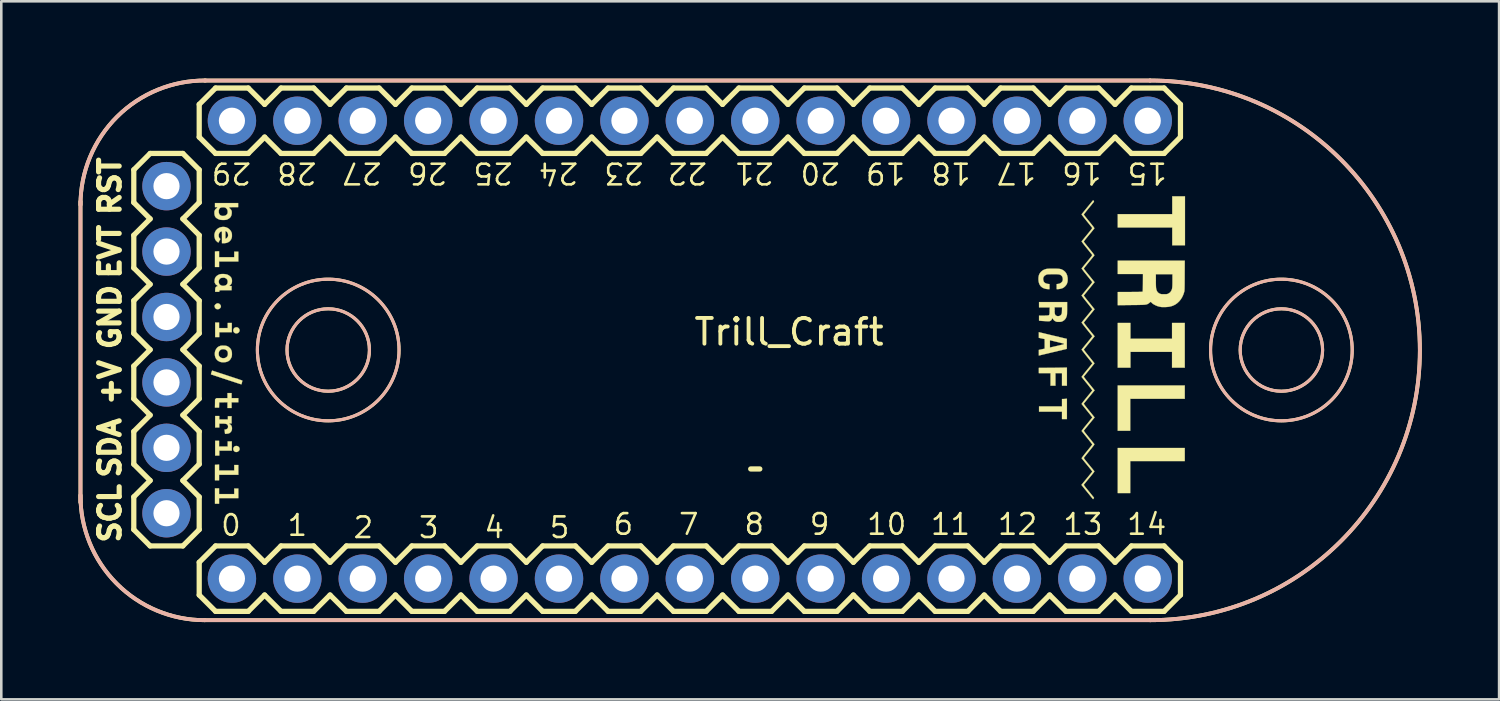
<source format=kicad_pcb>
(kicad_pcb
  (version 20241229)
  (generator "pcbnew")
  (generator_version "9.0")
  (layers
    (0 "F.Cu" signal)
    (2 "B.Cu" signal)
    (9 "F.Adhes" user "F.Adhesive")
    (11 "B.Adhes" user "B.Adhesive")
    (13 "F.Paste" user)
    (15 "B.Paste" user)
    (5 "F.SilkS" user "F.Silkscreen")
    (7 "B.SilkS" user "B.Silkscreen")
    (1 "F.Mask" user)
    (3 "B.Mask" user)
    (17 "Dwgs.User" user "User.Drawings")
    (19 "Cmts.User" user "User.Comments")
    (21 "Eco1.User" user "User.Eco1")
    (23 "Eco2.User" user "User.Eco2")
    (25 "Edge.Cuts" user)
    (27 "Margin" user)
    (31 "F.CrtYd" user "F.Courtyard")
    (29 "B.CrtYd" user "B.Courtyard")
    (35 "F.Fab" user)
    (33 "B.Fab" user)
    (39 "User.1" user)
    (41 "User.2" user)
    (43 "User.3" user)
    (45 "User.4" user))
  (footprint "Trill_Craft"
    (layer "F.Cu")
    (at 26.078 10.553)
    (property "Reference" "Trill_Craft" (at 1.509 -0.713 0) (unlocked yes) (layer "F.SilkS") (effects (font (size 1 1) (thickness 0.15))))
    (attr through_hole)
    (fp_line (start -26.003 -5.779) (end -26.003 5.905) (stroke (width 0.15) (type solid)) (layer "F.SilkS"))
    (fp_line (start -23.933 -5.74) (end -23.933 -7.01) (stroke (width 0.203) (type solid)) (layer "F.SilkS"))
    (fp_line (start -23.933 -4.47) (end -23.298 -5.105) (stroke (width 0.203) (type solid)) (layer "F.SilkS"))
    (fp_line (start -23.933 -3.2) (end -23.933 -4.47) (stroke (width 0.203) (type solid)) (layer "F.SilkS"))
    (fp_line (start -23.933 -1.93) (end -23.298 -2.565) (stroke (width 0.203) (type solid)) (layer "F.SilkS"))
    (fp_line (start -23.933 -0.66) (end -23.933 -1.93) (stroke (width 0.203) (type solid)) (layer "F.SilkS"))
    (fp_line (start -23.933 1.88) (end -23.933 0.61) (stroke (width 0.203) (type solid)) (layer "F.SilkS"))
    (fp_line (start -23.933 3.15) (end -23.298 2.515) (stroke (width 0.203) (type solid)) (layer "F.SilkS"))
    (fp_line (start -23.933 4.42) (end -23.933 3.15) (stroke (width 0.203) (type solid)) (layer "F.SilkS"))
    (fp_line (start -23.933 5.69) (end -23.298 5.055) (stroke (width 0.203) (type solid)) (layer "F.SilkS"))
    (fp_line (start -23.933 6.96) (end -23.933 5.69) (stroke (width 0.203) (type solid)) (layer "F.SilkS"))
    (fp_line (start -23.298 -7.645) (end -23.933 -7.01) (stroke (width 0.203) (type solid)) (layer "F.SilkS"))
    (fp_line (start -23.298 -5.105) (end -23.933 -5.74) (stroke (width 0.203) (type solid)) (layer "F.SilkS"))
    (fp_line (start -23.298 -2.565) (end -23.933 -3.2) (stroke (width 0.203) (type solid)) (layer "F.SilkS"))
    (fp_line (start -23.298 -0.025) (end -23.933 -0.66) (stroke (width 0.203) (type solid)) (layer "F.SilkS"))
    (fp_line (start -23.298 -0.025) (end -23.933 0.61) (stroke (width 0.203) (type solid)) (layer "F.SilkS"))
    (fp_line (start -23.298 2.515) (end -23.933 1.88) (stroke (width 0.203) (type solid)) (layer "F.SilkS"))
    (fp_line (start -23.298 5.055) (end -23.933 4.42) (stroke (width 0.203) (type solid)) (layer "F.SilkS"))
    (fp_line (start -23.298 7.595) (end -23.933 6.96) (stroke (width 0.203) (type solid)) (layer "F.SilkS"))
    (fp_line (start -22.028 -7.645) (end -23.298 -7.645) (stroke (width 0.203) (type solid)) (layer "F.SilkS"))
    (fp_line (start -22.028 -5.105) (end -21.393 -4.47) (stroke (width 0.203) (type solid)) (layer "F.SilkS"))
    (fp_line (start -22.028 -2.565) (end -21.393 -1.93) (stroke (width 0.203) (type solid)) (layer "F.SilkS"))
    (fp_line (start -22.028 2.515) (end -21.393 3.15) (stroke (width 0.203) (type solid)) (layer "F.SilkS"))
    (fp_line (start -22.028 5.055) (end -21.393 5.69) (stroke (width 0.203) (type solid)) (layer "F.SilkS"))
    (fp_line (start -22.028 7.595) (end -23.298 7.595) (stroke (width 0.203) (type solid)) (layer "F.SilkS"))
    (fp_line (start -21.393 -9.55) (end -21.393 -8.28) (stroke (width 0.203) (type solid)) (layer "F.SilkS"))
    (fp_line (start -21.393 -9.55) (end -20.758 -10.185) (stroke (width 0.203) (type solid)) (layer "F.SilkS"))
    (fp_line (start -21.393 -7.01) (end -22.028 -7.645) (stroke (width 0.203) (type solid)) (layer "F.SilkS"))
    (fp_line (start -21.393 -7.01) (end -21.393 -5.74) (stroke (width 0.203) (type solid)) (layer "F.SilkS"))
    (fp_line (start -21.393 -5.74) (end -22.028 -5.105) (stroke (width 0.203) (type solid)) (layer "F.SilkS"))
    (fp_line (start -21.393 -4.47) (end -21.393 -3.2) (stroke (width 0.203) (type solid)) (layer "F.SilkS"))
    (fp_line (start -21.393 -3.2) (end -22.028 -2.565) (stroke (width 0.203) (type solid)) (layer "F.SilkS"))
    (fp_line (start -21.393 -1.93) (end -21.393 -0.66) (stroke (width 0.203) (type solid)) (layer "F.SilkS"))
    (fp_line (start -21.393 -0.66) (end -22.028 -0.025) (stroke (width 0.203) (type solid)) (layer "F.SilkS"))
    (fp_line (start -21.393 0.61) (end -22.028 -0.025) (stroke (width 0.203) (type solid)) (layer "F.SilkS"))
    (fp_line (start -21.393 0.61) (end -21.393 1.88) (stroke (width 0.203) (type solid)) (layer "F.SilkS"))
    (fp_line (start -21.393 1.88) (end -22.028 2.515) (stroke (width 0.203) (type solid)) (layer "F.SilkS"))
    (fp_line (start -21.393 3.15) (end -21.393 4.42) (stroke (width 0.203) (type solid)) (layer "F.SilkS"))
    (fp_line (start -21.393 4.42) (end -22.028 5.055) (stroke (width 0.203) (type solid)) (layer "F.SilkS"))
    (fp_line (start -21.393 5.69) (end -21.393 6.96) (stroke (width 0.203) (type solid)) (layer "F.SilkS"))
    (fp_line (start -21.393 6.96) (end -22.028 7.595) (stroke (width 0.203) (type solid)) (layer "F.SilkS"))
    (fp_line (start -21.393 8.23) (end -21.393 9.5) (stroke (width 0.203) (type solid)) (layer "F.SilkS"))
    (fp_line (start -21.393 9.5) (end -20.758 10.135) (stroke (width 0.203) (type solid)) (layer "F.SilkS"))
    (fp_line (start -21.177 10.477) (end 15.526 10.477) (stroke (width 0.15) (type solid)) (layer "F.SilkS"))
    (fp_line (start -20.758 -10.185) (end -19.488 -10.185) (stroke (width 0.203) (type solid)) (layer "F.SilkS"))
    (fp_line (start -20.758 -7.645) (end -21.393 -8.28) (stroke (width 0.203) (type solid)) (layer "F.SilkS"))
    (fp_line (start -20.758 7.595) (end -21.393 8.23) (stroke (width 0.203) (type solid)) (layer "F.SilkS"))
    (fp_line (start -20.758 7.595) (end -19.488 7.595) (stroke (width 0.203) (type solid)) (layer "F.SilkS"))
    (fp_line (start -19.488 -10.185) (end -18.853 -9.55) (stroke (width 0.203) (type solid)) (layer "F.SilkS"))
    (fp_line (start -19.488 -7.645) (end -20.758 -7.645) (stroke (width 0.203) (type solid)) (layer "F.SilkS"))
    (fp_line (start -19.488 7.595) (end -18.853 8.23) (stroke (width 0.203) (type solid)) (layer "F.SilkS"))
    (fp_line (start -19.488 10.135) (end -20.758 10.135) (stroke (width 0.203) (type solid)) (layer "F.SilkS"))
    (fp_line (start -18.853 -9.55) (end -18.218 -10.185) (stroke (width 0.203) (type solid)) (layer "F.SilkS"))
    (fp_line (start -18.853 -8.28) (end -19.488 -7.645) (stroke (width 0.203) (type solid)) (layer "F.SilkS"))
    (fp_line (start -18.853 8.23) (end -18.218 7.595) (stroke (width 0.203) (type solid)) (layer "F.SilkS"))
    (fp_line (start -18.853 9.5) (end -19.488 10.135) (stroke (width 0.203) (type solid)) (layer "F.SilkS"))
    (fp_line (start -18.218 -10.185) (end -16.948 -10.185) (stroke (width 0.203) (type solid)) (layer "F.SilkS"))
    (fp_line (start -18.218 -7.645) (end -18.853 -8.28) (stroke (width 0.203) (type solid)) (layer "F.SilkS"))
    (fp_line (start -18.218 7.595) (end -16.948 7.595) (stroke (width 0.203) (type solid)) (layer "F.SilkS"))
    (fp_line (start -18.218 10.135) (end -18.853 9.5) (stroke (width 0.203) (type solid)) (layer "F.SilkS"))
    (fp_line (start -16.948 -10.185) (end -16.313 -9.55) (stroke (width 0.203) (type solid)) (layer "F.SilkS"))
    (fp_line (start -16.948 -7.645) (end -18.218 -7.645) (stroke (width 0.203) (type solid)) (layer "F.SilkS"))
    (fp_line (start -16.948 7.595) (end -16.313 8.23) (stroke (width 0.203) (type solid)) (layer "F.SilkS"))
    (fp_line (start -16.948 10.135) (end -18.218 10.135) (stroke (width 0.203) (type solid)) (layer "F.SilkS"))
    (fp_line (start -16.313 -9.55) (end -15.678 -10.185) (stroke (width 0.203) (type solid)) (layer "F.SilkS"))
    (fp_line (start -16.313 -8.28) (end -16.948 -7.645) (stroke (width 0.203) (type solid)) (layer "F.SilkS"))
    (fp_line (start -16.313 8.23) (end -15.678 7.595) (stroke (width 0.203) (type solid)) (layer "F.SilkS"))
    (fp_line (start -16.313 9.5) (end -16.948 10.135) (stroke (width 0.203) (type solid)) (layer "F.SilkS"))
    (fp_line (start -15.678 -10.185) (end -14.408 -10.185) (stroke (width 0.203) (type solid)) (layer "F.SilkS"))
    (fp_line (start -15.678 -7.645) (end -16.313 -8.28) (stroke (width 0.203) (type solid)) (layer "F.SilkS"))
    (fp_line (start -15.678 7.595) (end -14.408 7.595) (stroke (width 0.203) (type solid)) (layer "F.SilkS"))
    (fp_line (start -15.678 10.135) (end -16.313 9.5) (stroke (width 0.203) (type solid)) (layer "F.SilkS"))
    (fp_line (start -14.408 -10.185) (end -13.773 -9.55) (stroke (width 0.203) (type solid)) (layer "F.SilkS"))
    (fp_line (start -14.408 -7.645) (end -15.678 -7.645) (stroke (width 0.203) (type solid)) (layer "F.SilkS"))
    (fp_line (start -14.408 7.595) (end -13.773 8.23) (stroke (width 0.203) (type solid)) (layer "F.SilkS"))
    (fp_line (start -14.408 10.135) (end -15.678 10.135) (stroke (width 0.203) (type solid)) (layer "F.SilkS"))
    (fp_line (start -13.773 -9.55) (end -13.138 -10.185) (stroke (width 0.203) (type solid)) (layer "F.SilkS"))
    (fp_line (start -13.773 -8.28) (end -14.408 -7.645) (stroke (width 0.203) (type solid)) (layer "F.SilkS"))
    (fp_line (start -13.773 9.5) (end -14.408 10.135) (stroke (width 0.203) (type solid)) (layer "F.SilkS"))
    (fp_line (start -13.773 9.5) (end -13.138 10.135) (stroke (width 0.203) (type solid)) (layer "F.SilkS"))
    (fp_line (start -13.138 -10.185) (end -11.868 -10.185) (stroke (width 0.203) (type solid)) (layer "F.SilkS"))
    (fp_line (start -13.138 -7.645) (end -13.773 -8.28) (stroke (width 0.203) (type solid)) (layer "F.SilkS"))
    (fp_line (start -13.138 7.595) (end -13.773 8.23) (stroke (width 0.203) (type solid)) (layer "F.SilkS"))
    (fp_line (start -13.138 7.595) (end -11.868 7.595) (stroke (width 0.203) (type solid)) (layer "F.SilkS"))
    (fp_line (start -11.868 -10.185) (end -11.233 -9.55) (stroke (width 0.203) (type solid)) (layer "F.SilkS"))
    (fp_line (start -11.868 -7.645) (end -13.138 -7.645) (stroke (width 0.203) (type solid)) (layer "F.SilkS"))
    (fp_line (start -11.868 7.595) (end -11.233 8.23) (stroke (width 0.203) (type solid)) (layer "F.SilkS"))
    (fp_line (start -11.868 10.135) (end -13.138 10.135) (stroke (width 0.203) (type solid)) (layer "F.SilkS"))
    (fp_line (start -11.233 -9.55) (end -10.598 -10.185) (stroke (width 0.203) (type solid)) (layer "F.SilkS"))
    (fp_line (start -11.233 -8.28) (end -11.868 -7.645) (stroke (width 0.203) (type solid)) (layer "F.SilkS"))
    (fp_line (start -11.233 8.23) (end -10.598 7.595) (stroke (width 0.203) (type solid)) (layer "F.SilkS"))
    (fp_line (start -11.233 9.5) (end -11.868 10.135) (stroke (width 0.203) (type solid)) (layer "F.SilkS"))
    (fp_line (start -10.598 -10.185) (end -9.328 -10.185) (stroke (width 0.203) (type solid)) (layer "F.SilkS"))
    (fp_line (start -10.598 -7.645) (end -11.233 -8.28) (stroke (width 0.203) (type solid)) (layer "F.SilkS"))
    (fp_line (start -10.598 7.595) (end -9.328 7.595) (stroke (width 0.203) (type solid)) (layer "F.SilkS"))
    (fp_line (start -10.598 10.135) (end -11.233 9.5) (stroke (width 0.203) (type solid)) (layer "F.SilkS"))
    (fp_line (start -9.328 -7.645) (end -10.598 -7.645) (stroke (width 0.203) (type solid)) (layer "F.SilkS"))
    (fp_line (start -9.328 -7.645) (end -8.693 -8.28) (stroke (width 0.203) (type solid)) (layer "F.SilkS"))
    (fp_line (start -9.328 7.595) (end -8.693 8.23) (stroke (width 0.203) (type solid)) (layer "F.SilkS"))
    (fp_line (start -9.328 10.135) (end -10.598 10.135) (stroke (width 0.203) (type solid)) (layer "F.SilkS"))
    (fp_line (start -8.693 -9.55) (end -9.328 -10.185) (stroke (width 0.203) (type solid)) (layer "F.SilkS"))
    (fp_line (start -8.693 -9.55) (end -8.058 -10.185) (stroke (width 0.203) (type solid)) (layer "F.SilkS"))
    (fp_line (start -8.693 8.23) (end -8.058 7.595) (stroke (width 0.203) (type solid)) (layer "F.SilkS"))
    (fp_line (start -8.693 9.5) (end -9.328 10.135) (stroke (width 0.203) (type solid)) (layer "F.SilkS"))
    (fp_line (start -8.058 -10.185) (end -6.788 -10.185) (stroke (width 0.203) (type solid)) (layer "F.SilkS"))
    (fp_line (start -8.058 -7.645) (end -8.693 -8.28) (stroke (width 0.203) (type solid)) (layer "F.SilkS"))
    (fp_line (start -8.058 7.595) (end -6.788 7.595) (stroke (width 0.203) (type solid)) (layer "F.SilkS"))
    (fp_line (start -8.058 10.135) (end -8.693 9.5) (stroke (width 0.203) (type solid)) (layer "F.SilkS"))
    (fp_line (start -6.788 -10.185) (end -6.153 -9.55) (stroke (width 0.203) (type solid)) (layer "F.SilkS"))
    (fp_line (start -6.788 -7.645) (end -8.058 -7.645) (stroke (width 0.203) (type solid)) (layer "F.SilkS"))
    (fp_line (start -6.788 7.595) (end -6.153 8.23) (stroke (width 0.203) (type solid)) (layer "F.SilkS"))
    (fp_line (start -6.788 10.135) (end -8.058 10.135) (stroke (width 0.203) (type solid)) (layer "F.SilkS"))
    (fp_line (start -6.153 -9.55) (end -5.518 -10.185) (stroke (width 0.203) (type solid)) (layer "F.SilkS"))
    (fp_line (start -6.153 -8.28) (end -6.788 -7.645) (stroke (width 0.203) (type solid)) (layer "F.SilkS"))
    (fp_line (start -6.153 9.5) (end -6.788 10.135) (stroke (width 0.203) (type solid)) (layer "F.SilkS"))
    (fp_line (start -6.153 9.5) (end -5.518 10.135) (stroke (width 0.203) (type solid)) (layer "F.SilkS"))
    (fp_line (start -5.518 -10.185) (end -4.248 -10.185) (stroke (width 0.203) (type solid)) (layer "F.SilkS"))
    (fp_line (start -5.518 -7.645) (end -6.153 -8.28) (stroke (width 0.203) (type solid)) (layer "F.SilkS"))
    (fp_line (start -5.518 7.595) (end -6.153 8.23) (stroke (width 0.203) (type solid)) (layer "F.SilkS"))
    (fp_line (start -5.518 7.595) (end -4.248 7.595) (stroke (width 0.203) (type solid)) (layer "F.SilkS"))
    (fp_line (start -4.248 -10.185) (end -3.613 -9.55) (stroke (width 0.203) (type solid)) (layer "F.SilkS"))
    (fp_line (start -4.248 -7.645) (end -5.518 -7.645) (stroke (width 0.203) (type solid)) (layer "F.SilkS"))
    (fp_line (start -4.248 7.595) (end -3.613 8.23) (stroke (width 0.203) (type solid)) (layer "F.SilkS"))
    (fp_line (start -4.248 10.135) (end -5.518 10.135) (stroke (width 0.203) (type solid)) (layer "F.SilkS"))
    (fp_line (start -3.613 -9.55) (end -2.978 -10.185) (stroke (width 0.203) (type solid)) (layer "F.SilkS"))
    (fp_line (start -3.613 -8.28) (end -4.248 -7.645) (stroke (width 0.203) (type solid)) (layer "F.SilkS"))
    (fp_line (start -3.613 9.5) (end -4.248 10.135) (stroke (width 0.203) (type solid)) (layer "F.SilkS"))
    (fp_line (start -3.613 9.5) (end -2.978 10.135) (stroke (width 0.203) (type solid)) (layer "F.SilkS"))
    (fp_line (start -2.978 -10.185) (end -1.708 -10.185) (stroke (width 0.203) (type solid)) (layer "F.SilkS"))
    (fp_line (start -2.978 -7.645) (end -3.613 -8.28) (stroke (width 0.203) (type solid)) (layer "F.SilkS"))
    (fp_line (start -2.978 7.595) (end -3.613 8.23) (stroke (width 0.203) (type solid)) (layer "F.SilkS"))
    (fp_line (start -2.978 7.595) (end -1.708 7.595) (stroke (width 0.203) (type solid)) (layer "F.SilkS"))
    (fp_line (start -1.708 -7.645) (end -2.978 -7.645) (stroke (width 0.203) (type solid)) (layer "F.SilkS"))
    (fp_line (start -1.708 -7.645) (end -1.073 -8.28) (stroke (width 0.203) (type solid)) (layer "F.SilkS"))
    (fp_line (start -1.708 7.595) (end -1.073 8.23) (stroke (width 0.203) (type solid)) (layer "F.SilkS"))
    (fp_line (start -1.708 10.135) (end -2.978 10.135) (stroke (width 0.203) (type solid)) (layer "F.SilkS"))
    (fp_line (start -1.073 -9.55) (end -1.708 -10.185) (stroke (width 0.203) (type solid)) (layer "F.SilkS"))
    (fp_line (start -1.073 -9.55) (end -0.438 -10.185) (stroke (width 0.203) (type solid)) (layer "F.SilkS"))
    (fp_line (start -1.073 8.23) (end -0.438 7.595) (stroke (width 0.203) (type solid)) (layer "F.SilkS"))
    (fp_line (start -1.073 9.5) (end -1.708 10.135) (stroke (width 0.203) (type solid)) (layer "F.SilkS"))
    (fp_line (start -0.438 -10.185) (end 0.832 -10.185) (stroke (width 0.203) (type solid)) (layer "F.SilkS"))
    (fp_line (start -0.438 -7.645) (end -1.073 -8.28) (stroke (width 0.203) (type solid)) (layer "F.SilkS"))
    (fp_line (start -0.438 7.595) (end 0.832 7.595) (stroke (width 0.203) (type solid)) (layer "F.SilkS"))
    (fp_line (start -0.438 10.135) (end -1.073 9.5) (stroke (width 0.203) (type solid)) (layer "F.SilkS"))
    (fp_line (start 0.374 4.606) (end 0.02 4.606) (stroke (width 0.203) (type solid)) (layer "F.SilkS"))
    (fp_line (start 0.832 -7.645) (end -0.438 -7.645) (stroke (width 0.203) (type solid)) (layer "F.SilkS"))
    (fp_line (start 0.832 -7.645) (end 1.467 -8.28) (stroke (width 0.203) (type solid)) (layer "F.SilkS"))
    (fp_line (start 0.832 7.595) (end 1.467 8.23) (stroke (width 0.203) (type solid)) (layer "F.SilkS"))
    (fp_line (start 0.832 10.135) (end -0.438 10.135) (stroke (width 0.203) (type solid)) (layer "F.SilkS"))
    (fp_line (start 1.467 -9.55) (end 0.832 -10.185) (stroke (width 0.203) (type solid)) (layer "F.SilkS"))
    (fp_line (start 1.467 -9.55) (end 2.102 -10.185) (stroke (width 0.203) (type solid)) (layer "F.SilkS"))
    (fp_line (start 1.467 8.23) (end 2.102 7.595) (stroke (width 0.203) (type solid)) (layer "F.SilkS"))
    (fp_line (start 1.467 9.5) (end 0.832 10.135) (stroke (width 0.203) (type solid)) (layer "F.SilkS"))
    (fp_line (start 2.102 -10.185) (end 3.372 -10.185) (stroke (width 0.203) (type solid)) (layer "F.SilkS"))
    (fp_line (start 2.102 -7.645) (end 1.467 -8.28) (stroke (width 0.203) (type solid)) (layer "F.SilkS"))
    (fp_line (start 2.102 7.595) (end 3.372 7.595) (stroke (width 0.203) (type solid)) (layer "F.SilkS"))
    (fp_line (start 2.102 10.135) (end 1.467 9.5) (stroke (width 0.203) (type solid)) (layer "F.SilkS"))
    (fp_line (start 3.372 -10.185) (end 4.007 -9.55) (stroke (width 0.203) (type solid)) (layer "F.SilkS"))
    (fp_line (start 3.372 -7.645) (end 2.102 -7.645) (stroke (width 0.203) (type solid)) (layer "F.SilkS"))
    (fp_line (start 3.372 7.595) (end 4.007 8.23) (stroke (width 0.203) (type solid)) (layer "F.SilkS"))
    (fp_line (start 3.372 10.135) (end 2.102 10.135) (stroke (width 0.203) (type solid)) (layer "F.SilkS"))
    (fp_line (start 4.007 -9.55) (end 4.642 -10.185) (stroke (width 0.203) (type solid)) (layer "F.SilkS"))
    (fp_line (start 4.007 -8.28) (end 3.372 -7.645) (stroke (width 0.203) (type solid)) (layer "F.SilkS"))
    (fp_line (start 4.007 9.5) (end 3.372 10.135) (stroke (width 0.203) (type solid)) (layer "F.SilkS"))
    (fp_line (start 4.007 9.5) (end 4.642 10.135) (stroke (width 0.203) (type solid)) (layer "F.SilkS"))
    (fp_line (start 4.642 -10.185) (end 5.912 -10.185) (stroke (width 0.203) (type solid)) (layer "F.SilkS"))
    (fp_line (start 4.642 -7.645) (end 4.007 -8.28) (stroke (width 0.203) (type solid)) (layer "F.SilkS"))
    (fp_line (start 4.642 7.595) (end 4.007 8.23) (stroke (width 0.203) (type solid)) (layer "F.SilkS"))
    (fp_line (start 4.642 7.595) (end 5.912 7.595) (stroke (width 0.203) (type solid)) (layer "F.SilkS"))
    (fp_line (start 5.912 -10.185) (end 6.547 -9.55) (stroke (width 0.203) (type solid)) (layer "F.SilkS"))
    (fp_line (start 5.912 -7.645) (end 4.642 -7.645) (stroke (width 0.203) (type solid)) (layer "F.SilkS"))
    (fp_line (start 5.912 7.595) (end 6.547 8.23) (stroke (width 0.203) (type solid)) (layer "F.SilkS"))
    (fp_line (start 5.912 10.135) (end 4.642 10.135) (stroke (width 0.203) (type solid)) (layer "F.SilkS"))
    (fp_line (start 6.547 -9.55) (end 7.182 -10.185) (stroke (width 0.203) (type solid)) (layer "F.SilkS"))
    (fp_line (start 6.547 -8.28) (end 5.912 -7.645) (stroke (width 0.203) (type solid)) (layer "F.SilkS"))
    (fp_line (start 6.547 8.23) (end 7.182 7.595) (stroke (width 0.203) (type solid)) (layer "F.SilkS"))
    (fp_line (start 6.547 9.5) (end 5.912 10.135) (stroke (width 0.203) (type solid)) (layer "F.SilkS"))
    (fp_line (start 7.182 -10.185) (end 8.452 -10.185) (stroke (width 0.203) (type solid)) (layer "F.SilkS"))
    (fp_line (start 7.182 -7.645) (end 6.547 -8.28) (stroke (width 0.203) (type solid)) (layer "F.SilkS"))
    (fp_line (start 7.182 7.595) (end 8.452 7.595) (stroke (width 0.203) (type solid)) (layer "F.SilkS"))
    (fp_line (start 7.182 10.135) (end 6.547 9.5) (stroke (width 0.203) (type solid)) (layer "F.SilkS"))
    (fp_line (start 8.452 -7.645) (end 7.182 -7.645) (stroke (width 0.203) (type solid)) (layer "F.SilkS"))
    (fp_line (start 8.452 -7.645) (end 9.087 -8.28) (stroke (width 0.203) (type solid)) (layer "F.SilkS"))
    (fp_line (start 8.452 7.595) (end 9.087 8.23) (stroke (width 0.203) (type solid)) (layer "F.SilkS"))
    (fp_line (start 8.452 10.135) (end 7.182 10.135) (stroke (width 0.203) (type solid)) (layer "F.SilkS"))
    (fp_line (start 9.087 -9.55) (end 8.452 -10.185) (stroke (width 0.203) (type solid)) (layer "F.SilkS"))
    (fp_line (start 9.087 -9.55) (end 9.722 -10.185) (stroke (width 0.203) (type solid)) (layer "F.SilkS"))
    (fp_line (start 9.087 8.23) (end 9.722 7.595) (stroke (width 0.203) (type solid)) (layer "F.SilkS"))
    (fp_line (start 9.087 9.5) (end 8.452 10.135) (stroke (width 0.203) (type solid)) (layer "F.SilkS"))
    (fp_line (start 9.722 -10.185) (end 10.992 -10.185) (stroke (width 0.203) (type solid)) (layer "F.SilkS"))
    (fp_line (start 9.722 -7.645) (end 9.087 -8.28) (stroke (width 0.203) (type solid)) (layer "F.SilkS"))
    (fp_line (start 9.722 7.595) (end 10.992 7.595) (stroke (width 0.203) (type solid)) (layer "F.SilkS"))
    (fp_line (start 9.722 10.135) (end 9.087 9.5) (stroke (width 0.203) (type solid)) (layer "F.SilkS"))
    (fp_line (start 10.992 -10.185) (end 11.627 -9.55) (stroke (width 0.203) (type solid)) (layer "F.SilkS"))
    (fp_line (start 10.992 -7.645) (end 9.722 -7.645) (stroke (width 0.203) (type solid)) (layer "F.SilkS"))
    (fp_line (start 10.992 7.595) (end 11.627 8.23) (stroke (width 0.203) (type solid)) (layer "F.SilkS"))
    (fp_line (start 10.992 10.135) (end 9.722 10.135) (stroke (width 0.203) (type solid)) (layer "F.SilkS"))
    (fp_line (start 11.627 -9.55) (end 12.262 -10.185) (stroke (width 0.203) (type solid)) (layer "F.SilkS"))
    (fp_line (start 11.627 -8.28) (end 10.992 -7.645) (stroke (width 0.203) (type solid)) (layer "F.SilkS"))
    (fp_line (start 11.627 8.23) (end 12.262 7.595) (stroke (width 0.203) (type solid)) (layer "F.SilkS"))
    (fp_line (start 11.627 9.5) (end 10.992 10.135) (stroke (width 0.203) (type solid)) (layer "F.SilkS"))
    (fp_line (start 12.262 -10.185) (end 13.532 -10.185) (stroke (width 0.203) (type solid)) (layer "F.SilkS"))
    (fp_line (start 12.262 -7.645) (end 11.627 -8.28) (stroke (width 0.203) (type solid)) (layer "F.SilkS"))
    (fp_line (start 12.262 7.595) (end 13.532 7.595) (stroke (width 0.203) (type solid)) (layer "F.SilkS"))
    (fp_line (start 12.262 10.135) (end 11.627 9.5) (stroke (width 0.203) (type solid)) (layer "F.SilkS"))
    (fp_line (start 13.532 -10.185) (end 14.167 -9.55) (stroke (width 0.203) (type solid)) (layer "F.SilkS"))
    (fp_line (start 13.532 -7.645) (end 12.262 -7.645) (stroke (width 0.203) (type solid)) (layer "F.SilkS"))
    (fp_line (start 13.532 7.595) (end 14.167 8.23) (stroke (width 0.203) (type solid)) (layer "F.SilkS"))
    (fp_line (start 13.532 10.135) (end 12.262 10.135) (stroke (width 0.203) (type solid)) (layer "F.SilkS"))
    (fp_line (start 14.167 -9.55) (end 14.802 -10.185) (stroke (width 0.203) (type solid)) (layer "F.SilkS"))
    (fp_line (start 14.167 -8.28) (end 13.532 -7.645) (stroke (width 0.203) (type solid)) (layer "F.SilkS"))
    (fp_line (start 14.167 8.23) (end 14.802 7.595) (stroke (width 0.203) (type solid)) (layer "F.SilkS"))
    (fp_line (start 14.167 9.5) (end 13.532 10.135) (stroke (width 0.203) (type solid)) (layer "F.SilkS"))
    (fp_line (start 14.802 -10.185) (end 16.072 -10.185) (stroke (width 0.203) (type solid)) (layer "F.SilkS"))
    (fp_line (start 14.802 -7.645) (end 14.167 -8.28) (stroke (width 0.203) (type solid)) (layer "F.SilkS"))
    (fp_line (start 14.802 7.595) (end 16.072 7.595) (stroke (width 0.203) (type solid)) (layer "F.SilkS"))
    (fp_line (start 14.802 10.135) (end 14.167 9.5) (stroke (width 0.203) (type solid)) (layer "F.SilkS"))
    (fp_line (start 15.526 -10.477) (end -21.177 -10.477) (stroke (width 0.15) (type solid)) (layer "F.SilkS"))
    (fp_line (start 16.072 -7.645) (end 14.802 -7.645) (stroke (width 0.203) (type solid)) (layer "F.SilkS"))
    (fp_line (start 16.072 -7.645) (end 16.707 -8.28) (stroke (width 0.203) (type solid)) (layer "F.SilkS"))
    (fp_line (start 16.072 7.595) (end 16.707 8.23) (stroke (width 0.203) (type solid)) (layer "F.SilkS"))
    (fp_line (start 16.072 10.135) (end 14.802 10.135) (stroke (width 0.203) (type solid)) (layer "F.SilkS"))
    (fp_line (start 16.707 -9.55) (end 16.072 -10.185) (stroke (width 0.203) (type solid)) (layer "F.SilkS"))
    (fp_line (start 16.707 -8.28) (end 16.707 -9.55) (stroke (width 0.203) (type solid)) (layer "F.SilkS"))
    (fp_line (start 16.707 9.5) (end 16.072 10.135) (stroke (width 0.203) (type solid)) (layer "F.SilkS"))
    (fp_line (start 16.707 9.5) (end 16.707 8.23) (stroke (width 0.203) (type solid)) (layer "F.SilkS"))
    (fp_arc (start -26.003217 -5.651631) (mid -24.580656 -9.073059) (end -21.15175 -10.4775) (stroke (width 0.15) (type solid)) (layer "F.SilkS"))
    (fp_arc (start -21.177281 10.477567) (mid -24.598757 9.054987) (end -26.003217 5.626033) (stroke (width 0.15) (type solid)) (layer "F.SilkS"))
    (fp_arc (start 15.525783 -10.4775) (mid 26.003285 0.000001) (end 15.525783 10.4775) (stroke (width 0.15) (type solid)) (layer "F.SilkS"))
    (fp_circle (center -16.384 -0.013) (end -14.784 -0.013) (stroke (width 0.12) (type solid)) (fill no) (layer "F.SilkS"))
    (fp_circle (center -16.384 -0.013) (end -13.634 -0.013) (stroke (width 0.12) (type solid)) (fill no) (layer "F.SilkS"))
    (fp_circle (center 20.626 -0.013) (end 22.226 -0.013) (stroke (width 0.12) (type solid)) (fill no) (layer "F.SilkS"))
    (fp_circle (center 20.626 -0.013) (end 23.376 -0.013) (stroke (width 0.12) (type solid)) (fill no) (layer "F.SilkS"))
    (fp_poly (pts (xy 16.874 1.881) (xy 14.757 1.881) (xy 14.757 3.123) (xy 14.272 3.123) (xy 14.272 1.364) (xy 16.874 1.364) (xy 16.874 1.881)) (stroke (width 0.01) (type solid)) (fill yes) (layer "F.SilkS"))
    (fp_poly (pts (xy 16.874 4.3) (xy 14.757 4.3) (xy 14.757 5.542) (xy 14.272 5.542) (xy 14.272 3.791) (xy 16.874 3.791) (xy 16.874 4.3)) (stroke (width 0.01) (type solid)) (fill yes) (layer "F.SilkS"))
    (fp_poly (pts (xy 16.882 -4.079) (xy 16.388 -4.079) (xy 16.388 -4.771) (xy 14.272 -4.771) (xy 14.272 -5.288) (xy 16.388 -5.288) (xy 16.388 -5.981) (xy 16.882 -5.981) (xy 16.882 -4.079)) (stroke (width 0.01) (type solid)) (fill yes) (layer "F.SilkS"))
    (fp_poly (pts (xy -20.622 -0.864) (xy -20.287 -0.864) (xy -20.287 -1.063) (xy -20.128 -1.063) (xy -20.128 -0.705) (xy -20.614 -0.705) (xy -20.614 -0.514) (xy -20.773 -0.514) (xy -20.773 -1.079) (xy -20.622 -1.079) (xy -20.622 -0.864)) (stroke (width 0.01) (type solid)) (fill yes) (layer "F.SilkS"))
    (fp_poly (pts (xy -20.622 3.735) (xy -20.287 3.735) (xy -20.287 3.536) (xy -20.128 3.536) (xy -20.128 3.894) (xy -20.614 3.894) (xy -20.614 4.085) (xy -20.773 4.085) (xy -20.773 3.512) (xy -20.622 3.512) (xy -20.622 3.735)) (stroke (width 0.01) (type solid)) (fill yes) (layer "F.SilkS"))
    (fp_poly (pts (xy -20.622 5.581) (xy -20.033 5.581) (xy -20.033 5.366) (xy -19.874 5.366) (xy -19.874 5.74) (xy -20.622 5.74) (xy -20.622 5.955) (xy -20.781 5.955) (xy -20.781 5.359) (xy -20.622 5.359) (xy -20.622 5.581)) (stroke (width 0.01) (type solid)) (fill yes) (layer "F.SilkS"))
    (fp_poly (pts (xy 12.298 2.669) (xy 12.107 2.669) (xy 12.107 2.382) (xy 11.216 2.382) (xy 11.216 2.176) (xy 12.107 2.176) (xy 12.107 1.889) (xy 12.149 1.889) (xy 12.18 1.888) (xy 12.218 1.886) (xy 12.244 1.884) (xy 12.298 1.879) (xy 12.298 2.669)) (stroke (width 0.01) (type solid)) (fill yes) (layer "F.SilkS"))
    (fp_poly (pts (xy 14.765 -0.45) (xy 16.38 -0.45) (xy 16.38 -1.063) (xy 16.874 -1.063) (xy 16.874 0.672) (xy 16.38 0.672) (xy 16.38 0.059) (xy 14.765 0.059) (xy 14.765 0.672) (xy 14.272 0.672) (xy 14.272 -1.063) (xy 14.765 -1.063) (xy 14.765 -0.45)) (stroke (width 0.01) (type solid)) (fill yes) (layer "F.SilkS"))
    (fp_poly (pts (xy -20.622 -3.617) (xy -20.033 -3.617) (xy -20.033 -3.832) (xy -19.874 -3.832) (xy -19.874 -3.45) (xy -20.622 -3.45) (xy -20.622 -3.235) (xy -20.781 -3.235) (xy -20.781 -3.838) (xy -20.727 -3.843) (xy -20.695 -3.846) (xy -20.665 -3.848) (xy -20.647 -3.848) (xy -20.622 -3.848) (xy -20.622 -3.617)) (stroke (width 0.01) (type solid)) (fill yes) (layer "F.SilkS"))
    (fp_poly (pts (xy -20.622 4.666) (xy -20.033 4.666) (xy -20.033 4.451) (xy -19.874 4.451) (xy -19.874 4.833) (xy -20.622 4.833) (xy -20.622 5.048) (xy -20.781 5.048) (xy -20.781 4.443) (xy -20.755 4.443) (xy -20.733 4.443) (xy -20.703 4.441) (xy -20.675 4.438) (xy -20.622 4.433) (xy -20.622 4.666)) (stroke (width 0.01) (type solid)) (fill yes) (layer "F.SilkS"))
    (fp_poly (pts (xy 12.298 1.372) (xy 12.107 1.372) (xy 12.107 0.886) (xy 11.853 0.886) (xy 11.853 1.372) (xy 11.662 1.372) (xy 11.662 0.886) (xy 11.208 0.886) (xy 11.208 0.68) (xy 11.453 0.68) (xy 11.523 0.679) (xy 11.605 0.679) (xy 11.694 0.678) (xy 11.786 0.677) (xy 11.877 0.676) (xy 11.963 0.675) (xy 11.998 0.674) (xy 12.298 0.669) (xy 12.298 1.372)) (stroke (width 0.01) (type solid)) (fill yes) (layer "F.SilkS"))
    (fp_poly (pts (xy -20.136 1.857) (xy -19.874 1.857) (xy -19.874 2.016) (xy -20.136 2.016) (xy -20.136 2.239) (xy -20.295 2.239) (xy -20.295 2.016) (xy -20.456 2.018) (xy -20.618 2.02) (xy -20.62 2.122) (xy -20.622 2.223) (xy -20.782 2.223) (xy -20.779 2.064) (xy -20.777 1.904) (xy -20.751 1.88) (xy -20.725 1.857) (xy -20.295 1.857) (xy -20.295 1.658) (xy -20.136 1.658) (xy -20.136 1.857)) (stroke (width 0.01) (type solid)) (fill yes) (layer "F.SilkS"))
    (fp_poly (pts (xy -20.647 -1.823) (xy -20.61 -1.806) (xy -20.577 -1.774) (xy -20.576 -1.773) (xy -20.555 -1.736) (xy -20.55 -1.7) (xy -20.561 -1.665) (xy -20.566 -1.655) (xy -20.594 -1.625) (xy -20.629 -1.604) (xy -20.669 -1.596) (xy -20.709 -1.599) (xy -20.738 -1.611) (xy -20.769 -1.639) (xy -20.789 -1.675) (xy -20.797 -1.716) (xy -20.795 -1.737) (xy -20.788 -1.754) (xy -20.773 -1.772) (xy -20.763 -1.784) (xy -20.725 -1.812) (xy -20.686 -1.825) (xy -20.647 -1.823)) (stroke (width 0.01) (type solid)) (fill yes) (layer "F.SilkS"))
    (fp_poly (pts (xy -19.91 -0.891) (xy -19.878 -0.874) (xy -19.848 -0.844) (xy -19.846 -0.84) (xy -19.829 -0.805) (xy -19.825 -0.769) (xy -19.834 -0.733) (xy -19.853 -0.702) (xy -19.882 -0.677) (xy -19.918 -0.661) (xy -19.949 -0.657) (xy -19.992 -0.663) (xy -20.015 -0.674) (xy -20.047 -0.702) (xy -20.066 -0.736) (xy -20.073 -0.772) (xy -20.068 -0.808) (xy -20.053 -0.841) (xy -20.029 -0.869) (xy -19.996 -0.888) (xy -19.954 -0.896) (xy -19.949 -0.896) (xy -19.91 -0.891)) (stroke (width 0.01) (type solid)) (fill yes) (layer "F.SilkS"))
    (fp_poly (pts (xy -19.906 3.718) (xy -19.87 3.738) (xy -19.843 3.767) (xy -19.828 3.806) (xy -19.826 3.833) (xy -19.828 3.858) (xy -19.835 3.877) (xy -19.851 3.898) (xy -19.854 3.902) (xy -19.889 3.931) (xy -19.928 3.947) (xy -19.969 3.949) (xy -20.007 3.936) (xy -20.041 3.91) (xy -20.062 3.878) (xy -20.072 3.843) (xy -20.07 3.807) (xy -20.058 3.773) (xy -20.036 3.744) (xy -20.006 3.723) (xy -19.967 3.712) (xy -19.951 3.711) (xy -19.906 3.718)) (stroke (width 0.01) (type solid)) (fill yes) (layer "F.SilkS"))
    (fp_poly (pts (xy -20.614 2.685) (xy -20.279 2.685) (xy -20.279 2.558) (xy -20.136 2.558) (xy -20.136 2.836) (xy -20.18 2.836) (xy -20.208 2.838) (xy -20.223 2.845) (xy -20.223 2.855) (xy -20.207 2.868) (xy -20.202 2.871) (xy -20.164 2.899) (xy -20.138 2.938) (xy -20.123 2.987) (xy -20.12 3.028) (xy -20.124 3.08) (xy -20.135 3.121) (xy -20.157 3.157) (xy -20.176 3.179) (xy -20.201 3.202) (xy -20.227 3.218) (xy -20.258 3.229) (xy -20.299 3.236) (xy -20.332 3.239) (xy -20.389 3.244) (xy -20.393 3.217) (xy -20.396 3.195) (xy -20.4 3.164) (xy -20.403 3.132) (xy -20.409 3.075) (xy -20.386 3.075) (xy -20.354 3.069) (xy -20.323 3.055) (xy -20.297 3.036) (xy -20.284 3.02) (xy -20.273 2.984) (xy -20.273 2.944) (xy -20.284 2.908) (xy -20.29 2.899) (xy -20.305 2.88) (xy -20.325 2.866) (xy -20.351 2.856) (xy -20.386 2.849) (xy -20.432 2.846) (xy -20.491 2.844) (xy -20.496 2.844) (xy -20.614 2.844) (xy -20.614 2.995) (xy -20.773 2.995) (xy -20.773 2.55) (xy -20.614 2.55) (xy -20.614 2.685)) (stroke (width 0.01) (type solid)) (fill yes) (layer "F.SilkS"))
    (fp_poly (pts (xy -20.878 0.789) (xy -20.855 0.797) (xy -20.819 0.809) (xy -20.772 0.824) (xy -20.715 0.843) (xy -20.648 0.865) (xy -20.573 0.89) (xy -20.492 0.916) (xy -20.404 0.945) (xy -20.313 0.975) (xy -20.302 0.979) (xy -20.21 1.009) (xy -20.122 1.038) (xy -20.04 1.065) (xy -19.965 1.09) (xy -19.897 1.112) (xy -19.839 1.132) (xy -19.791 1.148) (xy -19.754 1.161) (xy -19.73 1.169) (xy -19.72 1.173) (xy -19.72 1.173) (xy -19.719 1.182) (xy -19.723 1.202) (xy -19.729 1.229) (xy -19.736 1.258) (xy -19.743 1.286) (xy -19.75 1.308) (xy -19.756 1.32) (xy -19.756 1.321) (xy -19.764 1.318) (xy -19.785 1.312) (xy -19.82 1.301) (xy -19.866 1.286) (xy -19.923 1.268) (xy -19.989 1.246) (xy -20.063 1.222) (xy -20.144 1.195) (xy -20.231 1.167) (xy -20.323 1.137) (xy -20.345 1.129) (xy -20.438 1.099) (xy -20.527 1.07) (xy -20.609 1.042) (xy -20.685 1.017) (xy -20.754 0.994) (xy -20.813 0.975) (xy -20.862 0.958) (xy -20.899 0.946) (xy -20.924 0.937) (xy -20.935 0.933) (xy -20.936 0.933) (xy -20.936 0.924) (xy -20.932 0.904) (xy -20.924 0.878) (xy -20.915 0.849) (xy -20.905 0.822) (xy -20.896 0.8) (xy -20.889 0.788) (xy -20.887 0.786) (xy -20.878 0.789)) (stroke (width 0.01) (type solid)) (fill yes) (layer "F.SilkS"))
    (fp_poly (pts (xy 11.23 -0.7) (xy 11.241 -0.697) (xy 11.267 -0.691) (xy 11.305 -0.682) (xy 11.355 -0.67) (xy 11.415 -0.656) (xy 11.483 -0.639) (xy 11.56 -0.621) (xy 11.642 -0.601) (xy 11.729 -0.58) (xy 11.773 -0.57) (xy 12.294 -0.446) (xy 12.294 -0.057) (xy 11.773 0.067) (xy 11.684 0.088) (xy 11.599 0.109) (xy 11.52 0.128) (xy 11.447 0.145) (xy 11.383 0.16) (xy 11.328 0.173) (xy 11.284 0.184) (xy 11.252 0.192) (xy 11.234 0.196) (xy 11.23 0.197) (xy 11.208 0.202) (xy 11.208 -0.017) (xy 11.435 -0.065) (xy 11.435 -0.108) (xy 11.638 -0.108) (xy 11.66 -0.113) (xy 11.673 -0.117) (xy 11.699 -0.123) (xy 11.737 -0.131) (xy 11.784 -0.142) (xy 11.839 -0.155) (xy 11.898 -0.168) (xy 11.932 -0.176) (xy 12.005 -0.193) (xy 12.063 -0.207) (xy 12.109 -0.218) (xy 12.142 -0.227) (xy 12.165 -0.234) (xy 12.179 -0.24) (xy 12.185 -0.245) (xy 12.185 -0.246) (xy 12.181 -0.256) (xy 12.163 -0.265) (xy 12.157 -0.267) (xy 12.142 -0.271) (xy 12.114 -0.278) (xy 12.075 -0.287) (xy 12.028 -0.299) (xy 11.976 -0.311) (xy 11.921 -0.325) (xy 11.865 -0.338) (xy 11.812 -0.351) (xy 11.763 -0.363) (xy 11.722 -0.373) (xy 11.69 -0.381) (xy 11.683 -0.382) (xy 11.638 -0.393) (xy 11.638 -0.108) (xy 11.435 -0.108) (xy 11.435 -0.438) (xy 11.321 -0.462) (xy 11.208 -0.486) (xy 11.208 -0.705) (xy 11.23 -0.7)) (stroke (width 0.01) (type solid)) (fill yes) (layer "F.SilkS"))
    (fp_poly (pts (xy -20.426 -4.793) (xy -20.358 -4.78) (xy -20.293 -4.753) (xy -20.236 -4.714) (xy -20.187 -4.664) (xy -20.15 -4.605) (xy -20.15 -4.605) (xy -20.137 -4.575) (xy -20.129 -4.548) (xy -20.124 -4.517) (xy -20.122 -4.48) (xy -20.122 -4.418) (xy -20.131 -4.367) (xy -20.148 -4.321) (xy -20.175 -4.277) (xy -20.217 -4.23) (xy -20.268 -4.196) (xy -20.33 -4.172) (xy -20.402 -4.161) (xy -20.448 -4.159) (xy -20.51 -4.159) (xy -20.51 -4.334) (xy -20.375 -4.334) (xy -20.352 -4.342) (xy -20.334 -4.353) (xy -20.313 -4.372) (xy -20.3 -4.387) (xy -20.284 -4.409) (xy -20.275 -4.428) (xy -20.272 -4.45) (xy -20.271 -4.475) (xy -20.278 -4.528) (xy -20.297 -4.573) (xy -20.327 -4.608) (xy -20.353 -4.625) (xy -20.375 -4.636) (xy -20.375 -4.334) (xy -20.51 -4.334) (xy -20.51 -4.393) (xy -20.51 -4.453) (xy -20.511 -4.506) (xy -20.511 -4.553) (xy -20.511 -4.59) (xy -20.512 -4.615) (xy -20.513 -4.627) (xy -20.513 -4.628) (xy -20.529 -4.623) (xy -20.551 -4.612) (xy -20.574 -4.597) (xy -20.591 -4.583) (xy -20.618 -4.546) (xy -20.633 -4.507) (xy -20.637 -4.461) (xy -20.633 -4.411) (xy -20.619 -4.372) (xy -20.597 -4.347) (xy -20.594 -4.345) (xy -20.58 -4.333) (xy -20.574 -4.323) (xy -20.578 -4.312) (xy -20.588 -4.292) (xy -20.603 -4.264) (xy -20.612 -4.248) (xy -20.65 -4.183) (xy -20.67 -4.196) (xy -20.686 -4.208) (xy -20.708 -4.227) (xy -20.727 -4.245) (xy -20.748 -4.267) (xy -20.763 -4.288) (xy -20.775 -4.315) (xy -20.786 -4.347) (xy -20.802 -4.422) (xy -20.803 -4.493) (xy -20.79 -4.56) (xy -20.765 -4.621) (xy -20.728 -4.675) (xy -20.681 -4.72) (xy -20.625 -4.756) (xy -20.56 -4.781) (xy -20.488 -4.793) (xy -20.426 -4.793)) (stroke (width 0.01) (type solid)) (fill yes) (layer "F.SilkS"))
    (fp_poly (pts (xy -20.401 -0.182) (xy -20.354 -0.177) (xy -20.316 -0.167) (xy -20.281 -0.151) (xy -20.245 -0.128) (xy -20.239 -0.123) (xy -20.191 -0.08) (xy -20.157 -0.03) (xy -20.134 0.028) (xy -20.123 0.095) (xy -20.122 0.164) (xy -20.125 0.204) (xy -20.129 0.232) (xy -20.135 0.257) (xy -20.146 0.282) (xy -20.152 0.293) (xy -20.181 0.345) (xy -20.213 0.384) (xy -20.251 0.414) (xy -20.297 0.437) (xy -20.342 0.452) (xy -20.381 0.459) (xy -20.428 0.463) (xy -20.479 0.464) (xy -20.525 0.46) (xy -20.558 0.454) (xy -20.615 0.433) (xy -20.664 0.404) (xy -20.692 0.381) (xy -20.735 0.332) (xy -20.766 0.274) (xy -20.783 0.207) (xy -20.788 0.131) (xy -20.637 0.131) (xy -20.637 0.164) (xy -20.633 0.188) (xy -20.626 0.207) (xy -20.614 0.227) (xy -20.583 0.263) (xy -20.542 0.289) (xy -20.495 0.303) (xy -20.445 0.306) (xy -20.395 0.297) (xy -20.361 0.282) (xy -20.323 0.254) (xy -20.297 0.22) (xy -20.283 0.178) (xy -20.279 0.132) (xy -20.283 0.08) (xy -20.296 0.04) (xy -20.319 0.009) (xy -20.354 -0.018) (xy -20.373 -0.028) (xy -20.4 -0.038) (xy -20.432 -0.043) (xy -20.464 -0.045) (xy -20.496 -0.044) (xy -20.519 -0.04) (xy -20.539 -0.032) (xy -20.562 -0.019) (xy -20.597 0.01) (xy -20.621 0.042) (xy -20.633 0.082) (xy -20.637 0.131) (xy -20.788 0.131) (xy -20.788 0.131) (xy -20.786 0.105) (xy -20.782 0.066) (xy -20.775 0.034) (xy -20.762 0.000039) (xy -20.753 -0.019) (xy -20.723 -0.07) (xy -20.691 -0.109) (xy -20.652 -0.139) (xy -20.609 -0.16) (xy -20.584 -0.17) (xy -20.562 -0.177) (xy -20.538 -0.181) (xy -20.51 -0.183) (xy -20.47 -0.183) (xy -20.458 -0.183) (xy -20.401 -0.182)) (stroke (width 0.01) (type solid)) (fill yes) (layer "F.SilkS"))
    (fp_poly (pts (xy -19.882 -5.559) (xy -20.057 -5.559) (xy -20.118 -5.559) (xy -20.165 -5.558) (xy -20.198 -5.557) (xy -20.219 -5.553) (xy -20.229 -5.547) (xy -20.229 -5.538) (xy -20.221 -5.526) (xy -20.205 -5.51) (xy -20.189 -5.494) (xy -20.161 -5.463) (xy -20.143 -5.433) (xy -20.132 -5.399) (xy -20.129 -5.357) (xy -20.13 -5.314) (xy -20.141 -5.25) (xy -20.164 -5.195) (xy -20.199 -5.149) (xy -20.249 -5.111) (xy -20.288 -5.09) (xy -20.315 -5.078) (xy -20.339 -5.07) (xy -20.365 -5.066) (xy -20.397 -5.063) (xy -20.428 -5.061) (xy -20.473 -5.061) (xy -20.519 -5.063) (xy -20.558 -5.066) (xy -20.57 -5.068) (xy -20.615 -5.08) (xy -20.661 -5.1) (xy -20.705 -5.125) (xy -20.742 -5.152) (xy -20.761 -5.173) (xy -20.783 -5.212) (xy -20.797 -5.263) (xy -20.804 -5.323) (xy -20.804 -5.342) (xy -20.799 -5.398) (xy -20.798 -5.399) (xy -20.637 -5.399) (xy -20.636 -5.373) (xy -20.626 -5.321) (xy -20.605 -5.278) (xy -20.572 -5.247) (xy -20.53 -5.226) (xy -20.479 -5.218) (xy -20.42 -5.223) (xy -20.406 -5.226) (xy -20.365 -5.241) (xy -20.329 -5.267) (xy -20.303 -5.299) (xy -20.298 -5.31) (xy -20.29 -5.342) (xy -20.288 -5.382) (xy -20.291 -5.422) (xy -20.3 -5.454) (xy -20.321 -5.49) (xy -20.35 -5.52) (xy -20.382 -5.541) (xy -20.39 -5.544) (xy -20.422 -5.551) (xy -20.462 -5.554) (xy -20.503 -5.552) (xy -20.539 -5.548) (xy -20.551 -5.544) (xy -20.586 -5.525) (xy -20.612 -5.493) (xy -20.63 -5.45) (xy -20.637 -5.399) (xy -20.798 -5.399) (xy -20.783 -5.446) (xy -20.757 -5.485) (xy -20.726 -5.51) (xy -20.702 -5.526) (xy -20.693 -5.542) (xy -20.693 -5.543) (xy -20.695 -5.552) (xy -20.704 -5.557) (xy -20.722 -5.559) (xy -20.737 -5.559) (xy -20.781 -5.559) (xy -20.781 -5.718) (xy -19.882 -5.718) (xy -19.882 -5.559)) (stroke (width 0.01) (type solid)) (fill yes) (layer "F.SilkS"))
    (fp_poly (pts (xy 12.306 -1.634) (xy 12.306 -1.559) (xy 12.305 -1.498) (xy 12.304 -1.45) (xy 12.303 -1.412) (xy 12.3 -1.383) (xy 12.297 -1.361) (xy 12.294 -1.348) (xy 12.27 -1.277) (xy 12.237 -1.219) (xy 12.195 -1.173) (xy 12.142 -1.138) (xy 12.133 -1.133) (xy 12.106 -1.121) (xy 12.084 -1.113) (xy 12.06 -1.109) (xy 12.029 -1.106) (xy 11.996 -1.105) (xy 11.953 -1.105) (xy 11.922 -1.106) (xy 11.898 -1.11) (xy 11.877 -1.117) (xy 11.875 -1.118) (xy 11.831 -1.139) (xy 11.798 -1.164) (xy 11.77 -1.199) (xy 11.765 -1.206) (xy 11.747 -1.231) (xy 11.732 -1.244) (xy 11.721 -1.244) (xy 11.717 -1.23) (xy 11.717 -1.228) (xy 11.71 -1.199) (xy 11.69 -1.171) (xy 11.66 -1.148) (xy 11.649 -1.142) (xy 11.636 -1.136) (xy 11.624 -1.132) (xy 11.611 -1.129) (xy 11.593 -1.127) (xy 11.57 -1.128) (xy 11.537 -1.129) (xy 11.493 -1.131) (xy 11.455 -1.134) (xy 11.404 -1.137) (xy 11.355 -1.14) (xy 11.312 -1.143) (xy 11.279 -1.146) (xy 11.258 -1.148) (xy 11.216 -1.152) (xy 11.216 -1.35) (xy 11.386 -1.35) (xy 11.439 -1.35) (xy 11.487 -1.351) (xy 11.528 -1.353) (xy 11.559 -1.355) (xy 11.577 -1.357) (xy 11.579 -1.358) (xy 11.595 -1.364) (xy 11.607 -1.374) (xy 11.615 -1.388) (xy 11.621 -1.408) (xy 11.625 -1.438) (xy 11.627 -1.48) (xy 11.628 -1.535) (xy 11.631 -1.668) (xy 11.216 -1.668) (xy 11.216 -1.676) (xy 11.821 -1.676) (xy 11.821 -1.556) (xy 11.821 -1.5) (xy 11.824 -1.456) (xy 11.829 -1.423) (xy 11.836 -1.398) (xy 11.847 -1.377) (xy 11.859 -1.363) (xy 11.888 -1.341) (xy 11.926 -1.329) (xy 11.969 -1.327) (xy 12.011 -1.336) (xy 12.025 -1.342) (xy 12.058 -1.365) (xy 12.081 -1.396) (xy 12.09 -1.411) (xy 12.096 -1.425) (xy 12.1 -1.442) (xy 12.103 -1.463) (xy 12.104 -1.493) (xy 12.105 -1.535) (xy 12.106 -1.554) (xy 12.109 -1.676) (xy 11.821 -1.676) (xy 11.216 -1.676) (xy 11.216 -1.875) (xy 12.306 -1.875) (xy 12.306 -1.634)) (stroke (width 0.01) (type solid)) (fill yes) (layer "F.SilkS"))
    (fp_poly (pts (xy -20.425 -2.963) (xy -20.351 -2.954) (xy -20.289 -2.936) (xy -20.258 -2.92) (xy -20.204 -2.883) (xy -20.165 -2.844) (xy -20.139 -2.801) (xy -20.124 -2.751) (xy -20.12 -2.699) (xy -20.123 -2.652) (xy -20.13 -2.617) (xy -20.135 -2.603) (xy -20.148 -2.58) (xy -20.165 -2.557) (xy -20.184 -2.537) (xy -20.2 -2.523) (xy -20.208 -2.519) (xy -20.215 -2.513) (xy -20.216 -2.507) (xy -20.211 -2.5) (xy -20.197 -2.496) (xy -20.176 -2.495) (xy -20.136 -2.495) (xy -20.136 -2.336) (xy -20.365 -2.336) (xy -20.435 -2.336) (xy -20.49 -2.336) (xy -20.532 -2.335) (xy -20.563 -2.333) (xy -20.586 -2.33) (xy -20.6 -2.326) (xy -20.608 -2.32) (xy -20.612 -2.312) (xy -20.613 -2.302) (xy -20.614 -2.295) (xy -20.614 -2.273) (xy -20.773 -2.273) (xy -20.773 -2.34) (xy -20.771 -2.381) (xy -20.767 -2.415) (xy -20.761 -2.435) (xy -20.745 -2.459) (xy -20.721 -2.478) (xy -20.695 -2.487) (xy -20.69 -2.487) (xy -20.678 -2.491) (xy -20.679 -2.501) (xy -20.692 -2.516) (xy -20.716 -2.533) (xy -20.717 -2.534) (xy -20.745 -2.554) (xy -20.764 -2.576) (xy -20.778 -2.604) (xy -20.789 -2.63) (xy -20.792 -2.643) (xy -20.636 -2.643) (xy -20.622 -2.596) (xy -20.62 -2.591) (xy -20.591 -2.553) (xy -20.553 -2.525) (xy -20.507 -2.508) (xy -20.455 -2.504) (xy -20.403 -2.512) (xy -20.355 -2.531) (xy -20.32 -2.56) (xy -20.298 -2.599) (xy -20.288 -2.648) (xy -20.287 -2.665) (xy -20.294 -2.715) (xy -20.312 -2.755) (xy -20.344 -2.787) (xy -20.367 -2.8) (xy -20.391 -2.812) (xy -20.411 -2.818) (xy -20.434 -2.821) (xy -20.465 -2.82) (xy -20.475 -2.82) (xy -20.524 -2.814) (xy -20.561 -2.802) (xy -20.59 -2.782) (xy -20.612 -2.752) (xy -20.618 -2.742) (xy -20.635 -2.692) (xy -20.636 -2.643) (xy -20.792 -2.643) (xy -20.795 -2.651) (xy -20.796 -2.676) (xy -20.794 -2.709) (xy -20.791 -2.744) (xy -20.785 -2.776) (xy -20.779 -2.799) (xy -20.779 -2.799) (xy -20.755 -2.845) (xy -20.716 -2.887) (xy -20.664 -2.922) (xy -20.648 -2.93) (xy -20.617 -2.945) (xy -20.592 -2.954) (xy -20.566 -2.959) (xy -20.534 -2.962) (xy -20.511 -2.964) (xy -20.425 -2.963)) (stroke (width 0.01) (type solid)) (fill yes) (layer "F.SilkS"))
    (fp_poly (pts (xy 11.839 -3.171) (xy 11.904 -3.17) (xy 11.957 -3.168) (xy 12 -3.164) (xy 12.035 -3.159) (xy 12.065 -3.152) (xy 12.091 -3.143) (xy 12.116 -3.132) (xy 12.116 -3.132) (xy 12.183 -3.09) (xy 12.236 -3.041) (xy 12.277 -2.982) (xy 12.306 -2.914) (xy 12.323 -2.836) (xy 12.328 -2.786) (xy 12.328 -2.719) (xy 12.322 -2.663) (xy 12.308 -2.611) (xy 12.29 -2.568) (xy 12.261 -2.524) (xy 12.222 -2.48) (xy 12.177 -2.443) (xy 12.142 -2.421) (xy 12.104 -2.406) (xy 12.056 -2.392) (xy 12.005 -2.382) (xy 11.958 -2.377) (xy 11.94 -2.376) (xy 11.9 -2.376) (xy 11.9 -2.573) (xy 11.949 -2.578) (xy 12.005 -2.589) (xy 12.051 -2.61) (xy 12.091 -2.643) (xy 12.097 -2.649) (xy 12.12 -2.678) (xy 12.133 -2.709) (xy 12.139 -2.745) (xy 12.137 -2.79) (xy 12.126 -2.841) (xy 12.102 -2.883) (xy 12.066 -2.917) (xy 12.048 -2.929) (xy 12.029 -2.938) (xy 12.005 -2.945) (xy 11.977 -2.95) (xy 11.941 -2.954) (xy 11.896 -2.955) (xy 11.839 -2.956) (xy 11.769 -2.956) (xy 11.739 -2.956) (xy 11.676 -2.955) (xy 11.627 -2.954) (xy 11.589 -2.953) (xy 11.56 -2.951) (xy 11.539 -2.949) (xy 11.523 -2.946) (xy 11.509 -2.942) (xy 11.496 -2.937) (xy 11.486 -2.932) (xy 11.442 -2.905) (xy 11.408 -2.871) (xy 11.385 -2.831) (xy 11.377 -2.799) (xy 11.377 -2.754) (xy 11.385 -2.71) (xy 11.399 -2.67) (xy 11.411 -2.65) (xy 11.44 -2.623) (xy 11.48 -2.6) (xy 11.528 -2.585) (xy 11.568 -2.578) (xy 11.622 -2.573) (xy 11.622 -2.376) (xy 11.572 -2.377) (xy 11.535 -2.379) (xy 11.494 -2.384) (xy 11.472 -2.388) (xy 11.397 -2.411) (xy 11.334 -2.445) (xy 11.282 -2.489) (xy 11.242 -2.545) (xy 11.214 -2.611) (xy 11.197 -2.688) (xy 11.192 -2.77) (xy 11.196 -2.846) (xy 11.209 -2.911) (xy 11.232 -2.968) (xy 11.266 -3.019) (xy 11.296 -3.052) (xy 11.346 -3.095) (xy 11.4 -3.127) (xy 11.462 -3.15) (xy 11.483 -3.156) (xy 11.504 -3.161) (xy 11.525 -3.165) (xy 11.548 -3.167) (xy 11.577 -3.169) (xy 11.613 -3.171) (xy 11.658 -3.171) (xy 11.716 -3.172) (xy 11.76 -3.172) (xy 11.839 -3.171)) (stroke (width 0.01) (type solid)) (fill yes) (layer "F.SilkS"))
    (fp_poly (pts (xy 16.871 -2.907) (xy 16.871 -2.795) (xy 16.87 -2.698) (xy 16.87 -2.615) (xy 16.869 -2.544) (xy 16.868 -2.484) (xy 16.867 -2.434) (xy 16.866 -2.394) (xy 16.864 -2.361) (xy 16.863 -2.335) (xy 16.861 -2.314) (xy 16.859 -2.298) (xy 16.857 -2.285) (xy 16.856 -2.281) (xy 16.822 -2.172) (xy 16.777 -2.072) (xy 16.722 -1.982) (xy 16.657 -1.902) (xy 16.584 -1.833) (xy 16.504 -1.777) (xy 16.416 -1.734) (xy 16.396 -1.727) (xy 16.356 -1.714) (xy 16.312 -1.703) (xy 16.277 -1.695) (xy 16.238 -1.689) (xy 16.188 -1.684) (xy 16.133 -1.681) (xy 16.077 -1.679) (xy 16.025 -1.679) (xy 15.98 -1.681) (xy 15.954 -1.684) (xy 15.88 -1.698) (xy 15.806 -1.72) (xy 15.737 -1.749) (xy 15.674 -1.782) (xy 15.621 -1.818) (xy 15.58 -1.857) (xy 15.57 -1.869) (xy 15.56 -1.879) (xy 15.549 -1.881) (xy 15.533 -1.872) (xy 15.511 -1.853) (xy 15.509 -1.851) (xy 15.483 -1.83) (xy 15.454 -1.811) (xy 15.441 -1.803) (xy 15.426 -1.796) (xy 15.411 -1.79) (xy 15.394 -1.784) (xy 15.375 -1.78) (xy 15.351 -1.776) (xy 15.322 -1.772) (xy 15.287 -1.77) (xy 15.244 -1.767) (xy 15.192 -1.765) (xy 15.13 -1.764) (xy 15.056 -1.762) (xy 14.97 -1.761) (xy 14.87 -1.76) (xy 14.787 -1.759) (xy 14.272 -1.753) (xy 14.272 -2.264) (xy 14.749 -2.266) (xy 14.852 -2.267) (xy 14.94 -2.268) (xy 15.015 -2.268) (xy 15.076 -2.269) (xy 15.126 -2.27) (xy 15.165 -2.271) (xy 15.195 -2.273) (xy 15.216 -2.274) (xy 15.229 -2.276) (xy 15.235 -2.278) (xy 15.236 -2.279) (xy 15.239 -2.285) (xy 15.241 -2.298) (xy 15.243 -2.319) (xy 15.244 -2.35) (xy 15.246 -2.391) (xy 15.247 -2.444) (xy 15.248 -2.51) (xy 15.249 -2.59) (xy 15.249 -2.627) (xy 15.251 -2.957) (xy 15.752 -2.957) (xy 15.752 -2.704) (xy 15.752 -2.622) (xy 15.753 -2.554) (xy 15.755 -2.497) (xy 15.757 -2.451) (xy 15.761 -2.413) (xy 15.767 -2.381) (xy 15.774 -2.353) (xy 15.783 -2.328) (xy 15.794 -2.303) (xy 15.796 -2.298) (xy 15.827 -2.253) (xy 15.87 -2.218) (xy 15.926 -2.192) (xy 15.929 -2.191) (xy 15.951 -2.185) (xy 15.976 -2.181) (xy 16.007 -2.179) (xy 16.049 -2.179) (xy 16.082 -2.179) (xy 16.126 -2.18) (xy 16.158 -2.181) (xy 16.182 -2.184) (xy 16.2 -2.188) (xy 16.216 -2.194) (xy 16.235 -2.204) (xy 16.243 -2.208) (xy 16.284 -2.234) (xy 16.315 -2.262) (xy 16.34 -2.298) (xy 16.354 -2.322) (xy 16.365 -2.346) (xy 16.374 -2.37) (xy 16.381 -2.397) (xy 16.386 -2.428) (xy 16.39 -2.465) (xy 16.393 -2.51) (xy 16.395 -2.566) (xy 16.396 -2.634) (xy 16.396 -2.712) (xy 16.396 -2.957) (xy 15.752 -2.957) (xy 15.251 -2.957) (xy 15.251 -2.965) (xy 14.272 -2.965) (xy 14.272 -3.482) (xy 16.874 -3.482) (xy 16.871 -2.907)) (stroke (width 0.01) (type solid)) (fill yes) (layer "F.SilkS"))
    (fp_poly (pts (xy 13.336 -5.804) (xy 13.347 -5.786) (xy 13.35 -5.772) (xy 13.349 -5.77) (xy 13.343 -5.762) (xy 13.328 -5.744) (xy 13.305 -5.715) (xy 13.275 -5.679) (xy 13.24 -5.635) (xy 13.2 -5.587) (xy 13.157 -5.534) (xy 13.146 -5.521) (xy 13.103 -5.467) (xy 13.063 -5.417) (xy 13.028 -5.372) (xy 12.998 -5.334) (xy 12.975 -5.303) (xy 12.96 -5.282) (xy 12.953 -5.271) (xy 12.953 -5.27) (xy 12.959 -5.262) (xy 12.973 -5.243) (xy 12.996 -5.214) (xy 13.025 -5.177) (xy 13.06 -5.133) (xy 13.1 -5.083) (xy 13.144 -5.029) (xy 13.165 -5.003) (xy 13.216 -4.939) (xy 13.259 -4.887) (xy 13.292 -4.844) (xy 13.319 -4.811) (xy 13.338 -4.785) (xy 13.351 -4.765) (xy 13.36 -4.751) (xy 13.364 -4.742) (xy 13.364 -4.736) (xy 13.363 -4.732) (xy 13.355 -4.723) (xy 13.339 -4.703) (xy 13.315 -4.674) (xy 13.285 -4.637) (xy 13.248 -4.592) (xy 13.208 -4.543) (xy 13.164 -4.49) (xy 13.15 -4.473) (xy 13.1 -4.412) (xy 13.058 -4.361) (xy 13.025 -4.321) (xy 13 -4.289) (xy 12.981 -4.264) (xy 12.969 -4.246) (xy 12.961 -4.233) (xy 12.957 -4.224) (xy 12.956 -4.217) (xy 12.958 -4.212) (xy 12.959 -4.211) (xy 12.966 -4.202) (xy 12.982 -4.181) (xy 13.006 -4.151) (xy 13.036 -4.113) (xy 13.072 -4.068) (xy 13.113 -4.018) (xy 13.156 -3.964) (xy 13.171 -3.945) (xy 13.222 -3.883) (xy 13.263 -3.831) (xy 13.296 -3.79) (xy 13.322 -3.757) (xy 13.34 -3.732) (xy 13.353 -3.714) (xy 13.361 -3.7) (xy 13.364 -3.692) (xy 13.364 -3.686) (xy 13.362 -3.682) (xy 13.355 -3.673) (xy 13.339 -3.654) (xy 13.315 -3.624) (xy 13.284 -3.587) (xy 13.248 -3.543) (xy 13.207 -3.493) (xy 13.163 -3.44) (xy 13.15 -3.423) (xy 13.099 -3.362) (xy 13.058 -3.311) (xy 13.025 -3.27) (xy 12.999 -3.238) (xy 12.981 -3.213) (xy 12.968 -3.195) (xy 12.96 -3.181) (xy 12.957 -3.172) (xy 12.956 -3.166) (xy 12.958 -3.162) (xy 12.965 -3.152) (xy 12.981 -3.132) (xy 13.005 -3.102) (xy 13.035 -3.064) (xy 13.071 -3.019) (xy 13.111 -2.969) (xy 13.155 -2.915) (xy 13.171 -2.896) (xy 13.373 -2.646) (xy 13.359 -2.628) (xy 13.351 -2.618) (xy 13.334 -2.597) (xy 13.309 -2.567) (xy 13.278 -2.529) (xy 13.241 -2.484) (xy 13.2 -2.434) (xy 13.157 -2.381) (xy 13.15 -2.373) (xy 13.106 -2.32) (xy 13.066 -2.27) (xy 13.03 -2.226) (xy 13 -2.188) (xy 12.976 -2.158) (xy 12.96 -2.137) (xy 12.953 -2.127) (xy 12.953 -2.127) (xy 12.957 -2.119) (xy 12.971 -2.1) (xy 12.992 -2.071) (xy 13.021 -2.034) (xy 13.055 -1.99) (xy 13.094 -1.941) (xy 13.138 -1.887) (xy 13.162 -1.857) (xy 13.373 -1.596) (xy 13.359 -1.578) (xy 13.351 -1.568) (xy 13.334 -1.547) (xy 13.309 -1.516) (xy 13.278 -1.478) (xy 13.241 -1.434) (xy 13.2 -1.384) (xy 13.156 -1.331) (xy 13.15 -1.323) (xy 13.106 -1.27) (xy 13.066 -1.22) (xy 13.031 -1.176) (xy 13.001 -1.138) (xy 12.977 -1.107) (xy 12.962 -1.086) (xy 12.955 -1.075) (xy 12.955 -1.075) (xy 12.96 -1.066) (xy 12.973 -1.047) (xy 12.995 -1.018) (xy 13.024 -0.981) (xy 13.059 -0.936) (xy 13.098 -0.887) (xy 13.142 -0.832) (xy 13.164 -0.804) (xy 13.374 -0.545) (xy 13.336 -0.5) (xy 13.261 -0.408) (xy 13.195 -0.328) (xy 13.138 -0.258) (xy 13.09 -0.199) (xy 13.05 -0.15) (xy 13.018 -0.11) (xy 12.993 -0.078) (xy 12.974 -0.055) (xy 12.962 -0.038) (xy 12.956 -0.028) (xy 12.955 -0.025) (xy 12.96 -0.016) (xy 12.973 0.003) (xy 12.995 0.032) (xy 13.024 0.069) (xy 13.059 0.114) (xy 13.098 0.163) (xy 13.141 0.217) (xy 13.162 0.242) (xy 13.206 0.298) (xy 13.247 0.349) (xy 13.284 0.395) (xy 13.316 0.435) (xy 13.341 0.467) (xy 13.358 0.49) (xy 13.367 0.502) (xy 13.368 0.504) (xy 13.364 0.512) (xy 13.35 0.53) (xy 13.328 0.558) (xy 13.299 0.594) (xy 13.264 0.637) (xy 13.224 0.686) (xy 13.181 0.739) (xy 13.162 0.762) (xy 13.117 0.817) (xy 13.075 0.868) (xy 13.038 0.914) (xy 13.006 0.953) (xy 12.98 0.985) (xy 12.962 1.008) (xy 12.953 1.02) (xy 12.952 1.022) (xy 12.956 1.03) (xy 12.969 1.049) (xy 12.989 1.076) (xy 13.015 1.11) (xy 13.045 1.148) (xy 13.057 1.163) (xy 13.098 1.214) (xy 13.145 1.272) (xy 13.193 1.331) (xy 13.239 1.387) (xy 13.269 1.425) (xy 13.374 1.554) (xy 13.165 1.807) (xy 13.12 1.862) (xy 13.078 1.913) (xy 13.041 1.96) (xy 13.009 1.999) (xy 12.983 2.032) (xy 12.964 2.055) (xy 12.954 2.068) (xy 12.953 2.07) (xy 12.957 2.079) (xy 12.969 2.098) (xy 12.988 2.125) (xy 13.013 2.158) (xy 13.038 2.189) (xy 13.07 2.229) (xy 13.109 2.277) (xy 13.152 2.331) (xy 13.196 2.385) (xy 13.239 2.437) (xy 13.25 2.452) (xy 13.374 2.605) (xy 13.17 2.852) (xy 13.125 2.906) (xy 13.084 2.957) (xy 13.046 3.003) (xy 13.013 3.043) (xy 12.987 3.076) (xy 12.969 3.099) (xy 12.959 3.112) (xy 12.957 3.114) (xy 12.956 3.119) (xy 12.958 3.126) (xy 12.963 3.137) (xy 12.973 3.153) (xy 12.989 3.175) (xy 13.011 3.205) (xy 13.041 3.242) (xy 13.078 3.289) (xy 13.124 3.346) (xy 13.15 3.378) (xy 13.194 3.433) (xy 13.235 3.484) (xy 13.273 3.531) (xy 13.305 3.571) (xy 13.332 3.603) (xy 13.351 3.627) (xy 13.361 3.639) (xy 13.363 3.641) (xy 13.365 3.645) (xy 13.364 3.652) (xy 13.36 3.661) (xy 13.351 3.675) (xy 13.338 3.695) (xy 13.318 3.721) (xy 13.291 3.755) (xy 13.257 3.798) (xy 13.214 3.851) (xy 13.171 3.905) (xy 13.126 3.96) (xy 13.085 4.011) (xy 13.047 4.058) (xy 13.015 4.099) (xy 12.988 4.132) (xy 12.97 4.156) (xy 12.959 4.169) (xy 12.958 4.171) (xy 12.956 4.176) (xy 12.957 4.183) (xy 12.961 4.192) (xy 12.97 4.206) (xy 12.984 4.226) (xy 13.003 4.252) (xy 13.03 4.285) (xy 13.064 4.328) (xy 13.107 4.381) (xy 13.15 4.432) (xy 13.194 4.487) (xy 13.236 4.538) (xy 13.274 4.583) (xy 13.306 4.623) (xy 13.332 4.655) (xy 13.351 4.678) (xy 13.361 4.69) (xy 13.362 4.691) (xy 13.364 4.696) (xy 13.364 4.702) (xy 13.359 4.712) (xy 13.35 4.726) (xy 13.336 4.746) (xy 13.316 4.772) (xy 13.289 4.807) (xy 13.253 4.85) (xy 13.209 4.904) (xy 13.171 4.951) (xy 13.126 5.005) (xy 13.084 5.056) (xy 13.047 5.102) (xy 13.014 5.142) (xy 12.988 5.175) (xy 12.969 5.198) (xy 12.959 5.211) (xy 12.958 5.213) (xy 12.956 5.218) (xy 12.957 5.225) (xy 12.961 5.234) (xy 12.97 5.248) (xy 12.983 5.267) (xy 13.003 5.293) (xy 13.029 5.327) (xy 13.063 5.369) (xy 13.106 5.422) (xy 13.146 5.471) (xy 13.189 5.524) (xy 13.23 5.574) (xy 13.267 5.619) (xy 13.298 5.658) (xy 13.323 5.688) (xy 13.34 5.71) (xy 13.349 5.72) (xy 13.349 5.721) (xy 13.349 5.732) (xy 13.338 5.75) (xy 13.334 5.754) (xy 13.313 5.779) (xy 13.102 5.521) (xy 13.056 5.465) (xy 13.013 5.412) (xy 12.974 5.364) (xy 12.94 5.322) (xy 12.912 5.287) (xy 12.891 5.262) (xy 12.879 5.246) (xy 12.877 5.243) (xy 12.862 5.224) (xy 13.065 4.978) (xy 13.11 4.923) (xy 13.151 4.873) (xy 13.189 4.826) (xy 13.222 4.786) (xy 13.248 4.754) (xy 13.266 4.731) (xy 13.276 4.718) (xy 13.277 4.716) (xy 13.279 4.711) (xy 13.278 4.705) (xy 13.274 4.695) (xy 13.265 4.681) (xy 13.251 4.661) (xy 13.232 4.635) (xy 13.205 4.602) (xy 13.171 4.559) (xy 13.128 4.507) (xy 13.082 4.451) (xy 13.037 4.396) (xy 12.995 4.345) (xy 12.958 4.299) (xy 12.925 4.26) (xy 12.899 4.228) (xy 12.881 4.205) (xy 12.871 4.193) (xy 12.869 4.191) (xy 12.872 4.183) (xy 12.884 4.164) (xy 12.906 4.134) (xy 12.937 4.092) (xy 12.979 4.039) (xy 13.031 3.974) (xy 13.064 3.933) (xy 13.109 3.878) (xy 13.15 3.826) (xy 13.188 3.779) (xy 13.22 3.739) (xy 13.246 3.706) (xy 13.265 3.682) (xy 13.275 3.669) (xy 13.277 3.667) (xy 13.279 3.662) (xy 13.278 3.656) (xy 13.275 3.646) (xy 13.267 3.633) (xy 13.254 3.615) (xy 13.236 3.59) (xy 13.211 3.558) (xy 13.179 3.518) (xy 13.139 3.467) (xy 13.089 3.406) (xy 13.082 3.397) (xy 13.037 3.341) (xy 12.996 3.29) (xy 12.958 3.243) (xy 12.926 3.203) (xy 12.9 3.171) (xy 12.881 3.148) (xy 12.871 3.135) (xy 12.869 3.133) (xy 12.872 3.125) (xy 12.885 3.104) (xy 12.909 3.073) (xy 12.942 3.029) (xy 12.986 2.974) (xy 13.041 2.907) (xy 13.074 2.867) (xy 13.119 2.812) (xy 13.161 2.761) (xy 13.198 2.714) (xy 13.23 2.675) (xy 13.256 2.643) (xy 13.274 2.619) (xy 13.284 2.607) (xy 13.285 2.604) (xy 13.28 2.597) (xy 13.266 2.579) (xy 13.244 2.551) (xy 13.216 2.515) (xy 13.181 2.471) (xy 13.142 2.422) (xy 13.099 2.369) (xy 13.079 2.345) (xy 13.035 2.289) (xy 12.993 2.238) (xy 12.956 2.192) (xy 12.924 2.152) (xy 12.898 2.12) (xy 12.88 2.096) (xy 12.87 2.084) (xy 12.868 2.082) (xy 12.872 2.074) (xy 12.885 2.055) (xy 12.906 2.027) (xy 12.934 1.99) (xy 12.969 1.947) (xy 13.008 1.898) (xy 13.052 1.844) (xy 13.071 1.821) (xy 13.115 1.766) (xy 13.157 1.715) (xy 13.195 1.669) (xy 13.227 1.629) (xy 13.253 1.597) (xy 13.271 1.574) (xy 13.281 1.561) (xy 13.282 1.559) (xy 13.278 1.551) (xy 13.265 1.532) (xy 13.244 1.503) (xy 13.216 1.466) (xy 13.181 1.423) (xy 13.142 1.373) (xy 13.1 1.32) (xy 13.08 1.295) (xy 13.035 1.24) (xy 12.994 1.189) (xy 12.957 1.143) (xy 12.924 1.103) (xy 12.899 1.07) (xy 12.88 1.047) (xy 12.87 1.034) (xy 12.869 1.032) (xy 12.872 1.024) (xy 12.886 1.005) (xy 12.908 0.975) (xy 12.938 0.935) (xy 12.976 0.887) (xy 13.021 0.832) (xy 13.072 0.769) (xy 13.074 0.767) (xy 13.119 0.712) (xy 13.161 0.661) (xy 13.198 0.615) (xy 13.231 0.575) (xy 13.256 0.543) (xy 13.274 0.52) (xy 13.284 0.507) (xy 13.285 0.505) (xy 13.28 0.497) (xy 13.266 0.479) (xy 13.244 0.451) (xy 13.216 0.415) (xy 13.181 0.371) (xy 13.141 0.322) (xy 13.098 0.268) (xy 13.074 0.238) (xy 13.024 0.176) (xy 12.98 0.12) (xy 12.942 0.071) (xy 12.911 0.031) (xy 12.888 -0.0001) (xy 12.874 -0.021) (xy 12.869 -0.031) (xy 12.869 -0.031) (xy 12.875 -0.039) (xy 12.89 -0.058) (xy 12.913 -0.087) (xy 12.943 -0.123) (xy 12.979 -0.167) (xy 13.019 -0.216) (xy 13.063 -0.269) (xy 13.08 -0.29) (xy 13.125 -0.345) (xy 13.166 -0.396) (xy 13.202 -0.441) (xy 13.233 -0.481) (xy 13.257 -0.513) (xy 13.274 -0.536) (xy 13.282 -0.548) (xy 13.282 -0.55) (xy 13.276 -0.558) (xy 13.262 -0.577) (xy 13.239 -0.606) (xy 13.21 -0.643) (xy 13.175 -0.687) (xy 13.135 -0.736) (xy 13.091 -0.79) (xy 13.071 -0.816) (xy 13.026 -0.872) (xy 12.985 -0.924) (xy 12.948 -0.97) (xy 12.917 -1.011) (xy 12.893 -1.043) (xy 12.877 -1.066) (xy 12.869 -1.079) (xy 12.868 -1.081) (xy 12.875 -1.089) (xy 12.89 -1.108) (xy 12.913 -1.136) (xy 12.942 -1.173) (xy 12.978 -1.216) (xy 13.018 -1.265) (xy 13.062 -1.318) (xy 13.079 -1.34) (xy 13.124 -1.394) (xy 13.165 -1.444) (xy 13.202 -1.49) (xy 13.233 -1.529) (xy 13.258 -1.56) (xy 13.276 -1.582) (xy 13.284 -1.594) (xy 13.285 -1.595) (xy 13.28 -1.602) (xy 13.266 -1.621) (xy 13.244 -1.649) (xy 13.216 -1.685) (xy 13.181 -1.729) (xy 13.141 -1.778) (xy 13.098 -1.832) (xy 13.074 -1.862) (xy 13.029 -1.917) (xy 12.988 -1.969) (xy 12.951 -2.016) (xy 12.92 -2.057) (xy 12.895 -2.09) (xy 12.878 -2.114) (xy 12.869 -2.128) (xy 12.868 -2.131) (xy 12.874 -2.139) (xy 12.889 -2.157) (xy 12.912 -2.186) (xy 12.942 -2.222) (xy 12.978 -2.266) (xy 13.018 -2.315) (xy 13.062 -2.368) (xy 13.08 -2.39) (xy 13.131 -2.453) (xy 13.174 -2.504) (xy 13.207 -2.546) (xy 13.233 -2.579) (xy 13.252 -2.604) (xy 13.266 -2.623) (xy 13.274 -2.637) (xy 13.278 -2.646) (xy 13.279 -2.653) (xy 13.277 -2.657) (xy 13.27 -2.667) (xy 13.254 -2.687) (xy 13.23 -2.717) (xy 13.2 -2.755) (xy 13.164 -2.8) (xy 13.124 -2.85) (xy 13.08 -2.904) (xy 13.065 -2.923) (xy 13.006 -2.996) (xy 12.958 -3.056) (xy 12.921 -3.105) (xy 12.893 -3.142) (xy 12.876 -3.167) (xy 12.869 -3.18) (xy 12.869 -3.182) (xy 12.876 -3.19) (xy 12.891 -3.209) (xy 12.915 -3.238) (xy 12.945 -3.275) (xy 12.98 -3.318) (xy 13.021 -3.367) (xy 13.065 -3.421) (xy 13.082 -3.442) (xy 13.133 -3.504) (xy 13.175 -3.555) (xy 13.208 -3.596) (xy 13.234 -3.629) (xy 13.253 -3.654) (xy 13.266 -3.673) (xy 13.274 -3.686) (xy 13.278 -3.696) (xy 13.279 -3.702) (xy 13.277 -3.707) (xy 13.277 -3.708) (xy 13.27 -3.718) (xy 13.254 -3.738) (xy 13.23 -3.768) (xy 13.199 -3.807) (xy 13.163 -3.851) (xy 13.123 -3.902) (xy 13.079 -3.956) (xy 13.064 -3.974) (xy 13.007 -4.045) (xy 12.961 -4.103) (xy 12.924 -4.151) (xy 12.896 -4.187) (xy 12.879 -4.213) (xy 12.87 -4.228) (xy 12.869 -4.233) (xy 12.876 -4.241) (xy 12.891 -4.26) (xy 12.915 -4.288) (xy 12.945 -4.325) (xy 12.981 -4.369) (xy 13.021 -4.418) (xy 13.065 -4.471) (xy 13.082 -4.492) (xy 13.133 -4.554) (xy 13.175 -4.606) (xy 13.209 -4.647) (xy 13.234 -4.68) (xy 13.253 -4.705) (xy 13.267 -4.724) (xy 13.275 -4.738) (xy 13.279 -4.747) (xy 13.279 -4.753) (xy 13.278 -4.757) (xy 13.27 -4.767) (xy 13.255 -4.787) (xy 13.231 -4.817) (xy 13.2 -4.855) (xy 13.165 -4.9) (xy 13.124 -4.95) (xy 13.081 -5.004) (xy 13.065 -5.023) (xy 13.009 -5.093) (xy 12.962 -5.151) (xy 12.926 -5.198) (xy 12.898 -5.234) (xy 12.88 -5.26) (xy 12.871 -5.276) (xy 12.869 -5.283) (xy 12.876 -5.291) (xy 12.891 -5.31) (xy 12.915 -5.339) (xy 12.945 -5.376) (xy 12.981 -5.42) (xy 13.022 -5.47) (xy 13.066 -5.524) (xy 13.096 -5.561) (xy 13.316 -5.829) (xy 13.336 -5.804)) (stroke (width 0.01) (type solid)) (fill yes) (layer "F.SilkS"))
    (fp_line (start -26.003 -5.779) (end -26.003 5.905) (stroke (width 0.15) (type solid)) (layer "B.SilkS"))
    (fp_line (start -21.177 10.477) (end 15.526 10.477) (stroke (width 0.15) (type solid)) (layer "B.SilkS"))
    (fp_line (start 15.526 -10.477) (end -21.177 -10.477) (stroke (width 0.15) (type solid)) (layer "B.SilkS"))
    (fp_arc (start -26.003217 -5.651631) (mid -24.580656 -9.073059) (end -21.15175 -10.4775) (stroke (width 0.15) (type solid)) (layer "B.SilkS"))
    (fp_arc (start -21.177281 10.477567) (mid -24.598757 9.054987) (end -26.003217 5.626033) (stroke (width 0.15) (type solid)) (layer "B.SilkS"))
    (fp_arc (start 15.525783 -10.4775) (mid 26.003285 0.000001) (end 15.525783 10.4775) (stroke (width 0.15) (type solid)) (layer "B.SilkS"))
    (fp_circle (center -16.384 -0.013) (end -14.784 -0.013) (stroke (width 0.12) (type solid)) (fill no) (layer "B.SilkS"))
    (fp_circle (center -16.384 -0.013) (end -13.634 -0.013) (stroke (width 0.12) (type solid)) (fill no) (layer "B.SilkS"))
    (fp_circle (center 20.626 -0.013) (end 22.226 -0.013) (stroke (width 0.12) (type solid)) (fill no) (layer "B.SilkS"))
    (fp_circle (center 20.626 -0.013) (end 23.376 -0.013) (stroke (width 0.12) (type solid)) (fill no) (layer "B.SilkS"))
    (fp_text user "18" (at 6.97 -6.413 180) (unlocked yes) (layer "F.SilkS") (effects (font (size 0.8 0.8) (thickness 0.1)) (justify right top)))
    (fp_text user "24" (at -8.27 -6.413 180) (unlocked yes) (layer "F.SilkS") (effects (font (size 0.8 0.8) (thickness 0.1)) (justify right top)))
    (fp_text user "22" (at -3.266 -6.413 180) (unlocked yes) (layer "F.SilkS") (effects (font (size 0.8 0.8) (thickness 0.1)) (justify right top)))
    (fp_text user "10" (at 6.128 6.287 0) (layer "F.SilkS") (effects (font (size 0.8 0.8) (thickness 0.1)) (justify right top)))
    (fp_text user "26" (at -13.35 -6.413 180) (unlocked yes) (layer "F.SilkS") (effects (font (size 0.8 0.8) (thickness 0.1)) (justify right top)))
    (fp_text user "8" (at 0.603 6.287 0) (layer "F.SilkS") (effects (font (size 0.8 0.8) (thickness 0.1)) (justify right top)))
    (fp_text user "27" (at -15.903 -6.413 180) (unlocked yes) (layer "F.SilkS") (effects (font (size 0.8 0.8) (thickness 0.1)) (justify right top)))
    (fp_text user "16" (at 12.05 -6.413 180) (unlocked yes) (layer "F.SilkS") (effects (font (size 0.8 0.8) (thickness 0.1)) (justify right top)))
    (fp_text user "SCL" (at -24.86 6.325 90) (layer "F.SilkS") (effects (font (size 0.8 0.8) (thickness 0.2))))
    (fp_text user "9" (at 3.143 6.287 0) (layer "F.SilkS") (effects (font (size 0.8 0.8) (thickness 0.1)) (justify right top)))
    (fp_text user "28" (at -18.43 -6.413 180) (unlocked yes) (layer "F.SilkS") (effects (font (size 0.8 0.8) (thickness 0.1)) (justify right top)))
    (fp_text user "5" (at -6.953 6.413 0) (layer "F.SilkS") (effects (font (size 0.8 0.8) (thickness 0.1)) (justify right top)))
    (fp_text user "11\n" (at 8.604 6.287 0) (layer "F.SilkS") (effects (font (size 0.8 0.8) (thickness 0.1)) (justify right top)))
    (fp_text user "6" (at -4.477 6.287 0) (layer "F.SilkS") (effects (font (size 0.8 0.8) (thickness 0.1)) (justify right top)))
    (fp_text user "EVT" (at -24.86 -3.835 90) (layer "F.SilkS") (effects (font (size 0.8 0.8) (thickness 0.2))))
    (fp_text user "29" (at -20.97 -6.413 180) (unlocked yes) (layer "F.SilkS") (effects (font (size 0.8 0.8) (thickness 0.1)) (justify right top)))
    (fp_text user "12\n" (at 11.208 6.287 0) (layer "F.SilkS") (effects (font (size 0.8 0.8) (thickness 0.1)) (justify right top)))
    (fp_text user "19" (at 4.43 -6.413 180) (unlocked yes) (layer "F.SilkS") (effects (font (size 0.8 0.8) (thickness 0.1)) (justify right top)))
    (fp_text user "14" (at 16.224 6.287 0) (layer "F.SilkS") (effects (font (size 0.8 0.8) (thickness 0.1)) (justify right top)))
    (fp_text user "25" (at -10.81 -6.413 180) (unlocked yes) (layer "F.SilkS") (effects (font (size 0.8 0.8) (thickness 0.1)) (justify right top)))
    (fp_text user "0" (at -20.161 6.795 0) (layer "F.SilkS") (effects (font (size 0.8 0.8) (thickness 0.1))))
    (fp_text user "4" (at -9.493 6.413 0) (layer "F.SilkS") (effects (font (size 0.8 0.8) (thickness 0.1)) (justify right top)))
    (fp_text user "RST" (at -24.86 -6.375 90) (layer "F.SilkS") (effects (font (size 0.8 0.8) (thickness 0.2))))
    (fp_text user "GND" (at -24.86 -1.295 90) (layer "F.SilkS") (effects (font (size 0.8 0.8) (thickness 0.2))))
    (fp_text user "15" (at 14.59 -6.413 180) (unlocked yes) (layer "F.SilkS") (effects (font (size 0.8 0.8) (thickness 0.1)) (justify right top)))
    (fp_text user "17" (at 9.51 -6.413 180) (unlocked yes) (layer "F.SilkS") (effects (font (size 0.8 0.8) (thickness 0.1)) (justify right top)))
    (fp_text user "2" (at -14.573 6.413 0) (layer "F.SilkS") (effects (font (size 0.8 0.8) (thickness 0.1)) (justify right top)))
    (fp_text user "3" (at -12.033 6.413 0) (layer "F.SilkS") (effects (font (size 0.8 0.8) (thickness 0.1)) (justify right top)))
    (fp_text user "7" (at -1.937 6.287 0) (layer "F.SilkS") (effects (font (size 0.8 0.8) (thickness 0.1)) (justify right top)))
    (fp_text user "1" (at -17.583 6.795 0) (layer "F.SilkS") (effects (font (size 0.8 0.8) (thickness 0.1))))
    (fp_text user "SDA" (at -24.86 3.785 90) (layer "F.SilkS") (effects (font (size 0.8 0.8) (thickness 0.2))))
    (fp_text user "23" (at -5.73 -6.413 180) (unlocked yes) (layer "F.SilkS") (effects (font (size 0.8 0.8) (thickness 0.1)) (justify right top)))
    (fp_text user "21" (at -0.675 -6.413 180) (unlocked yes) (layer "F.SilkS") (effects (font (size 0.8 0.8) (thickness 0.1)) (justify right top)))
    (fp_text user "20" (at 1.89 -6.413 180) (unlocked yes) (layer "F.SilkS") (effects (font (size 0.8 0.8) (thickness 0.1)) (justify right top)))
    (fp_text user "13" (at 13.748 6.287 0) (layer "F.SilkS") (effects (font (size 0.8 0.8) (thickness 0.1)) (justify right top)))
    (fp_text user "+V" (at -24.86 1.245 90) (layer "F.SilkS") (effects (font (size 0.8 0.8) (thickness 0.2))))
    (pad "0" thru_hole circle (at -20.123 8.865 90) (size 1.88 1.88) (drill 1.016) (layers "*.Cu" "*.Mask"))
    (pad "1" thru_hole circle (at -17.583 8.865 90) (size 1.88 1.88) (drill 1.016) (layers "*.Cu" "*.Mask"))
    (pad "2" thru_hole circle (at -15.043 8.865 90) (size 1.88 1.88) (drill 1.016) (layers "*.Cu" "*.Mask"))
    (pad "3" thru_hole circle (at -12.503 8.865 90) (size 1.88 1.88) (drill 1.016) (layers "*.Cu" "*.Mask"))
    (pad "4" thru_hole circle (at -9.963 8.865 90) (size 1.88 1.88) (drill 1.016) (layers "*.Cu" "*.Mask"))
    (pad "5" thru_hole circle (at -7.423 8.865 90) (size 1.88 1.88) (drill 1.016) (layers "*.Cu" "*.Mask"))
    (pad "6" thru_hole circle (at -4.883 8.865 90) (size 1.88 1.88) (drill 1.016) (layers "*.Cu" "*.Mask"))
    (pad "7" thru_hole circle (at -2.343 8.865 90) (size 1.88 1.88) (drill 1.016) (layers "*.Cu" "*.Mask"))
    (pad "8" thru_hole circle (at 0.197 8.865 90) (size 1.88 1.88) (drill 1.016) (layers "*.Cu" "*.Mask"))
    (pad "9" thru_hole circle (at 2.737 8.865 90) (size 1.88 1.88) (drill 1.016) (layers "*.Cu" "*.Mask"))
    (pad "10" thru_hole circle (at 5.277 8.865 90) (size 1.88 1.88) (drill 1.016) (layers "*.Cu" "*.Mask"))
    (pad "11" thru_hole circle (at 7.817 8.865 90) (size 1.88 1.88) (drill 1.016) (layers "*.Cu" "*.Mask"))
    (pad "12" thru_hole circle (at 10.357 8.865 90) (size 1.88 1.88) (drill 1.016) (layers "*.Cu" "*.Mask"))
    (pad "13" thru_hole circle (at 12.897 8.865 90) (size 1.88 1.88) (drill 1.016) (layers "*.Cu" "*.Mask"))
    (pad "14" thru_hole circle (at 15.437 8.865 90) (size 1.88 1.88) (drill 1.016) (layers "*.Cu" "*.Mask"))
    (pad "15" thru_hole circle (at 15.437 -8.915 270) (size 1.88 1.88) (drill 1.016) (layers "*.Cu" "*.Mask"))
    (pad "16" thru_hole circle (at 12.897 -8.915 270) (size 1.88 1.88) (drill 1.016) (layers "*.Cu" "*.Mask"))
    (pad "17" thru_hole circle (at 10.357 -8.915 270) (size 1.88 1.88) (drill 1.016) (layers "*.Cu" "*.Mask"))
    (pad "18" thru_hole circle (at 7.817 -8.915 270) (size 1.88 1.88) (drill 1.016) (layers "*.Cu" "*.Mask"))
    (pad "19" thru_hole circle (at 5.277 -8.915 270) (size 1.88 1.88) (drill 1.016) (layers "*.Cu" "*.Mask"))
    (pad "20" thru_hole circle (at 2.737 -8.915 270) (size 1.88 1.88) (drill 1.016) (layers "*.Cu" "*.Mask"))
    (pad "21" thru_hole circle (at 0.197 -8.915 270) (size 1.88 1.88) (drill 1.016) (layers "*.Cu" "*.Mask"))
    (pad "22" thru_hole circle (at -2.343 -8.915 270) (size 1.88 1.88) (drill 1.016) (layers "*.Cu" "*.Mask"))
    (pad "23" thru_hole circle (at -4.883 -8.915 270) (size 1.88 1.88) (drill 1.016) (layers "*.Cu" "*.Mask"))
    (pad "24" thru_hole circle (at -7.423 -8.915 270) (size 1.88 1.88) (drill 1.016) (layers "*.Cu" "*.Mask"))
    (pad "25" thru_hole circle (at -9.963 -8.915 270) (size 1.88 1.88) (drill 1.016) (layers "*.Cu" "*.Mask"))
    (pad "26" thru_hole circle (at -12.503 -8.915 270) (size 1.88 1.88) (drill 1.016) (layers "*.Cu" "*.Mask"))
    (pad "27" thru_hole circle (at -15.043 -8.915 270) (size 1.88 1.88) (drill 1.016) (layers "*.Cu" "*.Mask"))
    (pad "28" thru_hole circle (at -17.583 -8.915 270) (size 1.88 1.88) (drill 1.016) (layers "*.Cu" "*.Mask"))
    (pad "29" thru_hole circle (at -20.123 -8.915 270) (size 1.88 1.88) (drill 1.016) (layers "*.Cu" "*.Mask"))
    (pad "30" thru_hole circle (at -22.663 -6.375) (size 1.88 1.88) (drill 1.016) (layers "*.Cu" "*.Mask"))
    (pad "31" thru_hole circle (at -22.663 -3.835) (size 1.88 1.88) (drill 1.016) (layers "*.Cu" "*.Mask"))
    (pad "32" thru_hole circle (at -22.663 -1.295) (size 1.88 1.88) (drill 1.016) (layers "*.Cu" "*.Mask"))
    (pad "33" thru_hole circle (at -22.663 1.245) (size 1.88 1.88) (drill 1.016) (layers "*.Cu" "*.Mask"))
    (pad "34" thru_hole circle (at -22.663 3.785) (size 1.88 1.88) (drill 1.016) (layers "*.Cu" "*.Mask"))
    (pad "35" thru_hole circle (at -22.663 6.325) (size 1.88 1.88) (drill 1.016) (layers "*.Cu" "*.Mask")))
  (gr_rect
    (start -3 -3)
    (end 55.157 24.105)
    (stroke (width 0.1) (type default))
    (fill no)
    (layer "Edge.Cuts")))
</source>
